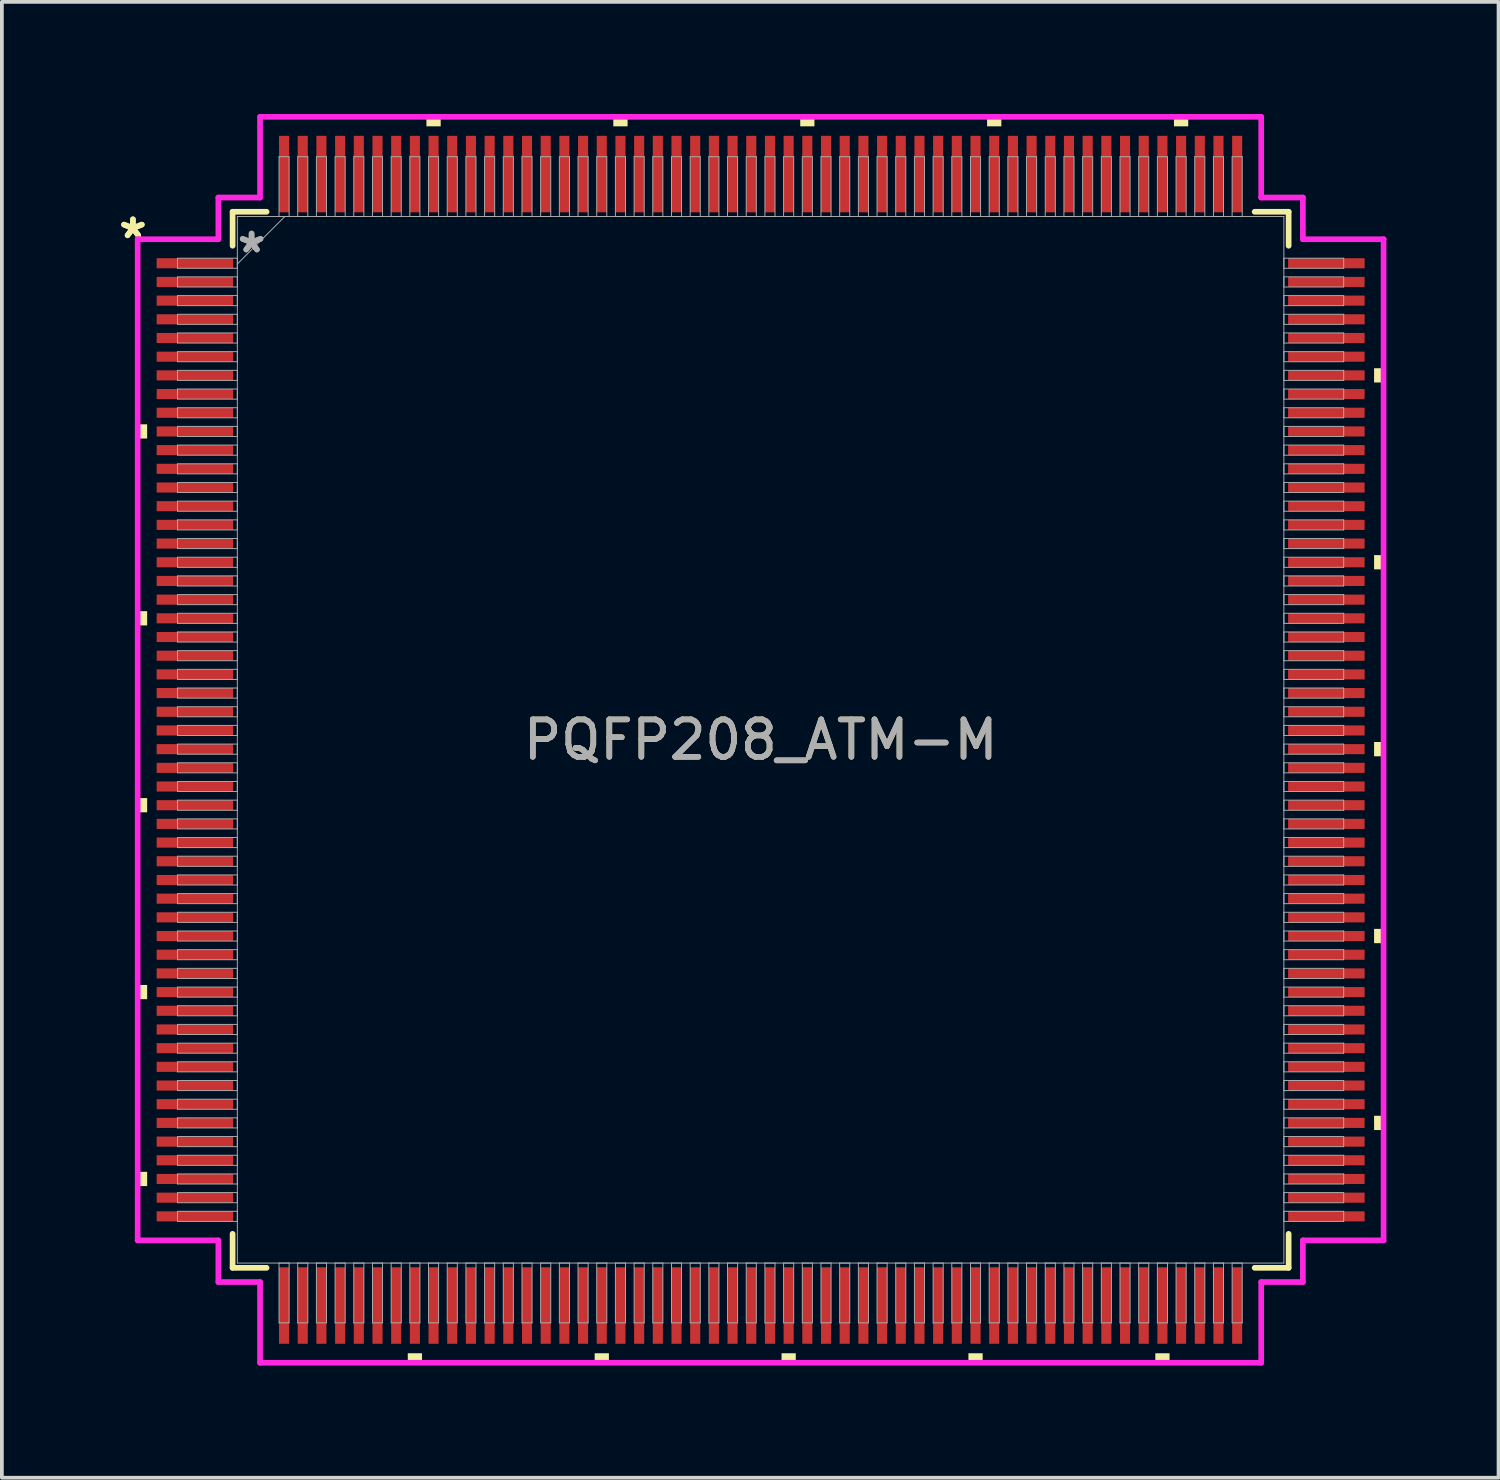
<source format=kicad_pcb>
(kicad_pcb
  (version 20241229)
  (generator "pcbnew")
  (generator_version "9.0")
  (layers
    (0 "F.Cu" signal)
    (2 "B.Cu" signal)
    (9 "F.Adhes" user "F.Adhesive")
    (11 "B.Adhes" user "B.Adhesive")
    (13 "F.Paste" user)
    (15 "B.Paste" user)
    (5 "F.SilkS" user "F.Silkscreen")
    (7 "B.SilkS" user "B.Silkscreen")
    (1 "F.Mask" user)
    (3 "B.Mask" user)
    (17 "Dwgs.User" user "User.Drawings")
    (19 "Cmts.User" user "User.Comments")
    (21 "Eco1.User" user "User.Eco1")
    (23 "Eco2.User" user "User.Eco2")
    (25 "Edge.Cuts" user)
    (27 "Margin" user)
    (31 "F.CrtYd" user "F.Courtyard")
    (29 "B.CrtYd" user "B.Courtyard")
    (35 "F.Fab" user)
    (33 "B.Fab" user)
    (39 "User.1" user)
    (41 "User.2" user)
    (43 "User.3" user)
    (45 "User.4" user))
  (footprint "PQFP208_ATM-M"
    (layer "F.Cu")
    (at 17.3 16.743)
    (property "Reference" "PQFP208_ATM-M" (at 0 0 0) (unlocked yes) (layer "F.SilkS") (effects (font (size 1 1) (thickness 0.15))))
    (attr smd)
    (fp_line (start -14.127 -14.127) (end -14.127 -13.218) (stroke (width 0.152) (type solid)) (layer "F.SilkS"))
    (fp_line (start -14.127 13.218) (end -14.127 14.127) (stroke (width 0.152) (type solid)) (layer "F.SilkS"))
    (fp_line (start -14.127 14.127) (end -13.218 14.127) (stroke (width 0.152) (type solid)) (layer "F.SilkS"))
    (fp_line (start -13.218 -14.127) (end -14.127 -14.127) (stroke (width 0.152) (type solid)) (layer "F.SilkS"))
    (fp_line (start 13.218 14.127) (end 14.127 14.127) (stroke (width 0.152) (type solid)) (layer "F.SilkS"))
    (fp_line (start 14.127 -14.127) (end 13.218 -14.127) (stroke (width 0.152) (type solid)) (layer "F.SilkS"))
    (fp_line (start 14.127 -13.218) (end 14.127 -14.127) (stroke (width 0.152) (type solid)) (layer "F.SilkS"))
    (fp_line (start 14.127 14.127) (end 14.127 13.218) (stroke (width 0.152) (type solid)) (layer "F.SilkS"))
    (fp_poly (pts (xy -16.667 -8.441) (xy -16.667 -8.06) (xy -16.413 -8.06) (xy -16.413 -8.441)) (stroke (width 0) (type solid)) (fill yes) (layer "F.SilkS"))
    (fp_poly (pts (xy -16.667 -3.441) (xy -16.667 -3.06) (xy -16.413 -3.06) (xy -16.413 -3.441)) (stroke (width 0) (type solid)) (fill yes) (layer "F.SilkS"))
    (fp_poly (pts (xy -16.667 1.559) (xy -16.667 1.94) (xy -16.413 1.94) (xy -16.413 1.559)) (stroke (width 0) (type solid)) (fill yes) (layer "F.SilkS"))
    (fp_poly (pts (xy -16.667 6.559) (xy -16.667 6.94) (xy -16.413 6.94) (xy -16.413 6.559)) (stroke (width 0) (type solid)) (fill yes) (layer "F.SilkS"))
    (fp_poly (pts (xy -16.667 11.559) (xy -16.667 11.94) (xy -16.413 11.94) (xy -16.413 11.559)) (stroke (width 0) (type solid)) (fill yes) (layer "F.SilkS"))
    (fp_poly (pts (xy -9.44 16.413) (xy -9.44 16.667) (xy -9.059 16.667) (xy -9.059 16.413)) (stroke (width 0) (type solid)) (fill yes) (layer "F.SilkS"))
    (fp_poly (pts (xy -8.941 -16.413) (xy -8.941 -16.667) (xy -8.559 -16.667) (xy -8.559 -16.413)) (stroke (width 0) (type solid)) (fill yes) (layer "F.SilkS"))
    (fp_poly (pts (xy -4.44 16.413) (xy -4.44 16.667) (xy -4.059 16.667) (xy -4.059 16.413)) (stroke (width 0) (type solid)) (fill yes) (layer "F.SilkS"))
    (fp_poly (pts (xy -3.941 -16.413) (xy -3.941 -16.667) (xy -3.559 -16.667) (xy -3.559 -16.413)) (stroke (width 0) (type solid)) (fill yes) (layer "F.SilkS"))
    (fp_poly (pts (xy 0.56 16.413) (xy 0.56 16.667) (xy 0.941 16.667) (xy 0.941 16.413)) (stroke (width 0) (type solid)) (fill yes) (layer "F.SilkS"))
    (fp_poly (pts (xy 1.06 -16.413) (xy 1.06 -16.667) (xy 1.44 -16.667) (xy 1.44 -16.413)) (stroke (width 0) (type solid)) (fill yes) (layer "F.SilkS"))
    (fp_poly (pts (xy 5.56 16.413) (xy 5.56 16.667) (xy 5.941 16.667) (xy 5.941 16.413)) (stroke (width 0) (type solid)) (fill yes) (layer "F.SilkS"))
    (fp_poly (pts (xy 6.059 -16.413) (xy 6.059 -16.667) (xy 6.441 -16.667) (xy 6.441 -16.413)) (stroke (width 0) (type solid)) (fill yes) (layer "F.SilkS"))
    (fp_poly (pts (xy 10.56 16.413) (xy 10.56 16.667) (xy 10.941 16.667) (xy 10.941 16.413)) (stroke (width 0) (type solid)) (fill yes) (layer "F.SilkS"))
    (fp_poly (pts (xy 11.059 -16.413) (xy 11.059 -16.667) (xy 11.441 -16.667) (xy 11.441 -16.413)) (stroke (width 0) (type solid)) (fill yes) (layer "F.SilkS"))
    (fp_poly (pts (xy 16.667 -9.941) (xy 16.667 -9.56) (xy 16.413 -9.56) (xy 16.413 -9.941)) (stroke (width 0) (type solid)) (fill yes) (layer "F.SilkS"))
    (fp_poly (pts (xy 16.667 -4.941) (xy 16.667 -4.56) (xy 16.413 -4.56) (xy 16.413 -4.941)) (stroke (width 0) (type solid)) (fill yes) (layer "F.SilkS"))
    (fp_poly (pts (xy 16.667 0.059) (xy 16.667 0.441) (xy 16.413 0.441) (xy 16.413 0.059)) (stroke (width 0) (type solid)) (fill yes) (layer "F.SilkS"))
    (fp_poly (pts (xy 16.667 5.059) (xy 16.667 5.441) (xy 16.413 5.441) (xy 16.413 5.059)) (stroke (width 0) (type solid)) (fill yes) (layer "F.SilkS"))
    (fp_poly (pts (xy 16.667 10.059) (xy 16.667 10.441) (xy 16.413 10.441) (xy 16.413 10.059)) (stroke (width 0) (type solid)) (fill yes) (layer "F.SilkS"))
    (fp_line (start -16.667 -13.393) (end -14.508 -13.393) (stroke (width 0.152) (type solid)) (layer "F.CrtYd"))
    (fp_line (start -16.667 13.393) (end -16.667 -13.393) (stroke (width 0.152) (type solid)) (layer "F.CrtYd"))
    (fp_line (start -14.508 -14.508) (end -13.393 -14.508) (stroke (width 0.152) (type solid)) (layer "F.CrtYd"))
    (fp_line (start -14.508 -13.393) (end -14.508 -14.508) (stroke (width 0.152) (type solid)) (layer "F.CrtYd"))
    (fp_line (start -14.508 13.393) (end -16.667 13.393) (stroke (width 0.152) (type solid)) (layer "F.CrtYd"))
    (fp_line (start -14.508 14.508) (end -14.508 13.393) (stroke (width 0.152) (type solid)) (layer "F.CrtYd"))
    (fp_line (start -14.508 14.508) (end -13.393 14.508) (stroke (width 0.152) (type solid)) (layer "F.CrtYd"))
    (fp_line (start -13.393 -16.667) (end 13.393 -16.667) (stroke (width 0.152) (type solid)) (layer "F.CrtYd"))
    (fp_line (start -13.393 -14.508) (end -13.393 -16.667) (stroke (width 0.152) (type solid)) (layer "F.CrtYd"))
    (fp_line (start -13.393 14.508) (end -13.393 16.667) (stroke (width 0.152) (type solid)) (layer "F.CrtYd"))
    (fp_line (start -13.393 16.667) (end 13.393 16.667) (stroke (width 0.152) (type solid)) (layer "F.CrtYd"))
    (fp_line (start 13.393 -16.667) (end 13.393 -14.508) (stroke (width 0.152) (type solid)) (layer "F.CrtYd"))
    (fp_line (start 13.393 -14.508) (end 14.508 -14.508) (stroke (width 0.152) (type solid)) (layer "F.CrtYd"))
    (fp_line (start 13.393 14.508) (end 14.508 14.508) (stroke (width 0.152) (type solid)) (layer "F.CrtYd"))
    (fp_line (start 13.393 16.667) (end 13.393 14.508) (stroke (width 0.152) (type solid)) (layer "F.CrtYd"))
    (fp_line (start 14.508 -13.393) (end 14.508 -14.508) (stroke (width 0.152) (type solid)) (layer "F.CrtYd"))
    (fp_line (start 14.508 13.393) (end 16.667 13.393) (stroke (width 0.152) (type solid)) (layer "F.CrtYd"))
    (fp_line (start 14.508 14.508) (end 14.508 13.393) (stroke (width 0.152) (type solid)) (layer "F.CrtYd"))
    (fp_line (start 16.667 -13.393) (end 14.508 -13.393) (stroke (width 0.152) (type solid)) (layer "F.CrtYd"))
    (fp_line (start 16.667 13.393) (end 16.667 -13.393) (stroke (width 0.152) (type solid)) (layer "F.CrtYd"))
    (fp_line (start -15.6 -12.885) (end -15.6 -12.615) (stroke (width 0.025) (type solid)) (layer "F.Fab"))
    (fp_line (start -15.6 -12.615) (end -14 -12.615) (stroke (width 0.025) (type solid)) (layer "F.Fab"))
    (fp_line (start -15.6 -12.385) (end -15.6 -12.115) (stroke (width 0.025) (type solid)) (layer "F.Fab"))
    (fp_line (start -15.6 -12.115) (end -14 -12.115) (stroke (width 0.025) (type solid)) (layer "F.Fab"))
    (fp_line (start -15.6 -11.885) (end -15.6 -11.615) (stroke (width 0.025) (type solid)) (layer "F.Fab"))
    (fp_line (start -15.6 -11.615) (end -14 -11.615) (stroke (width 0.025) (type solid)) (layer "F.Fab"))
    (fp_line (start -15.6 -11.385) (end -15.6 -11.115) (stroke (width 0.025) (type solid)) (layer "F.Fab"))
    (fp_line (start -15.6 -11.115) (end -14 -11.115) (stroke (width 0.025) (type solid)) (layer "F.Fab"))
    (fp_line (start -15.6 -10.885) (end -15.6 -10.615) (stroke (width 0.025) (type solid)) (layer "F.Fab"))
    (fp_line (start -15.6 -10.615) (end -14 -10.615) (stroke (width 0.025) (type solid)) (layer "F.Fab"))
    (fp_line (start -15.6 -10.385) (end -15.6 -10.115) (stroke (width 0.025) (type solid)) (layer "F.Fab"))
    (fp_line (start -15.6 -10.115) (end -14 -10.115) (stroke (width 0.025) (type solid)) (layer "F.Fab"))
    (fp_line (start -15.6 -9.885) (end -15.6 -9.615) (stroke (width 0.025) (type solid)) (layer "F.Fab"))
    (fp_line (start -15.6 -9.615) (end -14 -9.615) (stroke (width 0.025) (type solid)) (layer "F.Fab"))
    (fp_line (start -15.6 -9.385) (end -15.6 -9.115) (stroke (width 0.025) (type solid)) (layer "F.Fab"))
    (fp_line (start -15.6 -9.115) (end -14 -9.115) (stroke (width 0.025) (type solid)) (layer "F.Fab"))
    (fp_line (start -15.6 -8.885) (end -15.6 -8.615) (stroke (width 0.025) (type solid)) (layer "F.Fab"))
    (fp_line (start -15.6 -8.615) (end -14 -8.615) (stroke (width 0.025) (type solid)) (layer "F.Fab"))
    (fp_line (start -15.6 -8.385) (end -15.6 -8.115) (stroke (width 0.025) (type solid)) (layer "F.Fab"))
    (fp_line (start -15.6 -8.115) (end -14 -8.115) (stroke (width 0.025) (type solid)) (layer "F.Fab"))
    (fp_line (start -15.6 -7.885) (end -15.6 -7.615) (stroke (width 0.025) (type solid)) (layer "F.Fab"))
    (fp_line (start -15.6 -7.615) (end -14 -7.615) (stroke (width 0.025) (type solid)) (layer "F.Fab"))
    (fp_line (start -15.6 -7.385) (end -15.6 -7.115) (stroke (width 0.025) (type solid)) (layer "F.Fab"))
    (fp_line (start -15.6 -7.115) (end -14 -7.115) (stroke (width 0.025) (type solid)) (layer "F.Fab"))
    (fp_line (start -15.6 -6.885) (end -15.6 -6.615) (stroke (width 0.025) (type solid)) (layer "F.Fab"))
    (fp_line (start -15.6 -6.615) (end -14 -6.615) (stroke (width 0.025) (type solid)) (layer "F.Fab"))
    (fp_line (start -15.6 -6.385) (end -15.6 -6.115) (stroke (width 0.025) (type solid)) (layer "F.Fab"))
    (fp_line (start -15.6 -6.115) (end -14 -6.115) (stroke (width 0.025) (type solid)) (layer "F.Fab"))
    (fp_line (start -15.6 -5.885) (end -15.6 -5.615) (stroke (width 0.025) (type solid)) (layer "F.Fab"))
    (fp_line (start -15.6 -5.615) (end -14 -5.615) (stroke (width 0.025) (type solid)) (layer "F.Fab"))
    (fp_line (start -15.6 -5.385) (end -15.6 -5.115) (stroke (width 0.025) (type solid)) (layer "F.Fab"))
    (fp_line (start -15.6 -5.115) (end -14 -5.115) (stroke (width 0.025) (type solid)) (layer "F.Fab"))
    (fp_line (start -15.6 -4.885) (end -15.6 -4.615) (stroke (width 0.025) (type solid)) (layer "F.Fab"))
    (fp_line (start -15.6 -4.615) (end -14 -4.615) (stroke (width 0.025) (type solid)) (layer "F.Fab"))
    (fp_line (start -15.6 -4.385) (end -15.6 -4.115) (stroke (width 0.025) (type solid)) (layer "F.Fab"))
    (fp_line (start -15.6 -4.115) (end -14 -4.115) (stroke (width 0.025) (type solid)) (layer "F.Fab"))
    (fp_line (start -15.6 -3.885) (end -15.6 -3.615) (stroke (width 0.025) (type solid)) (layer "F.Fab"))
    (fp_line (start -15.6 -3.615) (end -14 -3.615) (stroke (width 0.025) (type solid)) (layer "F.Fab"))
    (fp_line (start -15.6 -3.385) (end -15.6 -3.115) (stroke (width 0.025) (type solid)) (layer "F.Fab"))
    (fp_line (start -15.6 -3.115) (end -14 -3.115) (stroke (width 0.025) (type solid)) (layer "F.Fab"))
    (fp_line (start -15.6 -2.885) (end -15.6 -2.615) (stroke (width 0.025) (type solid)) (layer "F.Fab"))
    (fp_line (start -15.6 -2.615) (end -14 -2.615) (stroke (width 0.025) (type solid)) (layer "F.Fab"))
    (fp_line (start -15.6 -2.385) (end -15.6 -2.115) (stroke (width 0.025) (type solid)) (layer "F.Fab"))
    (fp_line (start -15.6 -2.115) (end -14 -2.115) (stroke (width 0.025) (type solid)) (layer "F.Fab"))
    (fp_line (start -15.6 -1.885) (end -15.6 -1.615) (stroke (width 0.025) (type solid)) (layer "F.Fab"))
    (fp_line (start -15.6 -1.615) (end -14 -1.615) (stroke (width 0.025) (type solid)) (layer "F.Fab"))
    (fp_line (start -15.6 -1.385) (end -15.6 -1.115) (stroke (width 0.025) (type solid)) (layer "F.Fab"))
    (fp_line (start -15.6 -1.115) (end -14 -1.115) (stroke (width 0.025) (type solid)) (layer "F.Fab"))
    (fp_line (start -15.6 -0.885) (end -15.6 -0.615) (stroke (width 0.025) (type solid)) (layer "F.Fab"))
    (fp_line (start -15.6 -0.615) (end -14 -0.615) (stroke (width 0.025) (type solid)) (layer "F.Fab"))
    (fp_line (start -15.6 -0.385) (end -15.6 -0.115) (stroke (width 0.025) (type solid)) (layer "F.Fab"))
    (fp_line (start -15.6 -0.115) (end -14 -0.115) (stroke (width 0.025) (type solid)) (layer "F.Fab"))
    (fp_line (start -15.6 0.115) (end -15.6 0.385) (stroke (width 0.025) (type solid)) (layer "F.Fab"))
    (fp_line (start -15.6 0.385) (end -14 0.385) (stroke (width 0.025) (type solid)) (layer "F.Fab"))
    (fp_line (start -15.6 0.615) (end -15.6 0.885) (stroke (width 0.025) (type solid)) (layer "F.Fab"))
    (fp_line (start -15.6 0.885) (end -14 0.885) (stroke (width 0.025) (type solid)) (layer "F.Fab"))
    (fp_line (start -15.6 1.115) (end -15.6 1.385) (stroke (width 0.025) (type solid)) (layer "F.Fab"))
    (fp_line (start -15.6 1.385) (end -14 1.385) (stroke (width 0.025) (type solid)) (layer "F.Fab"))
    (fp_line (start -15.6 1.615) (end -15.6 1.885) (stroke (width 0.025) (type solid)) (layer "F.Fab"))
    (fp_line (start -15.6 1.885) (end -14 1.885) (stroke (width 0.025) (type solid)) (layer "F.Fab"))
    (fp_line (start -15.6 2.115) (end -15.6 2.385) (stroke (width 0.025) (type solid)) (layer "F.Fab"))
    (fp_line (start -15.6 2.385) (end -14 2.385) (stroke (width 0.025) (type solid)) (layer "F.Fab"))
    (fp_line (start -15.6 2.615) (end -15.6 2.885) (stroke (width 0.025) (type solid)) (layer "F.Fab"))
    (fp_line (start -15.6 2.885) (end -14 2.885) (stroke (width 0.025) (type solid)) (layer "F.Fab"))
    (fp_line (start -15.6 3.115) (end -15.6 3.385) (stroke (width 0.025) (type solid)) (layer "F.Fab"))
    (fp_line (start -15.6 3.385) (end -14 3.385) (stroke (width 0.025) (type solid)) (layer "F.Fab"))
    (fp_line (start -15.6 3.615) (end -15.6 3.885) (stroke (width 0.025) (type solid)) (layer "F.Fab"))
    (fp_line (start -15.6 3.885) (end -14 3.885) (stroke (width 0.025) (type solid)) (layer "F.Fab"))
    (fp_line (start -15.6 4.115) (end -15.6 4.385) (stroke (width 0.025) (type solid)) (layer "F.Fab"))
    (fp_line (start -15.6 4.385) (end -14 4.385) (stroke (width 0.025) (type solid)) (layer "F.Fab"))
    (fp_line (start -15.6 4.615) (end -15.6 4.885) (stroke (width 0.025) (type solid)) (layer "F.Fab"))
    (fp_line (start -15.6 4.885) (end -14 4.885) (stroke (width 0.025) (type solid)) (layer "F.Fab"))
    (fp_line (start -15.6 5.115) (end -15.6 5.385) (stroke (width 0.025) (type solid)) (layer "F.Fab"))
    (fp_line (start -15.6 5.385) (end -14 5.385) (stroke (width 0.025) (type solid)) (layer "F.Fab"))
    (fp_line (start -15.6 5.615) (end -15.6 5.885) (stroke (width 0.025) (type solid)) (layer "F.Fab"))
    (fp_line (start -15.6 5.885) (end -14 5.885) (stroke (width 0.025) (type solid)) (layer "F.Fab"))
    (fp_line (start -15.6 6.115) (end -15.6 6.385) (stroke (width 0.025) (type solid)) (layer "F.Fab"))
    (fp_line (start -15.6 6.385) (end -14 6.385) (stroke (width 0.025) (type solid)) (layer "F.Fab"))
    (fp_line (start -15.6 6.615) (end -15.6 6.885) (stroke (width 0.025) (type solid)) (layer "F.Fab"))
    (fp_line (start -15.6 6.885) (end -14 6.885) (stroke (width 0.025) (type solid)) (layer "F.Fab"))
    (fp_line (start -15.6 7.115) (end -15.6 7.385) (stroke (width 0.025) (type solid)) (layer "F.Fab"))
    (fp_line (start -15.6 7.385) (end -14 7.385) (stroke (width 0.025) (type solid)) (layer "F.Fab"))
    (fp_line (start -15.6 7.615) (end -15.6 7.885) (stroke (width 0.025) (type solid)) (layer "F.Fab"))
    (fp_line (start -15.6 7.885) (end -14 7.885) (stroke (width 0.025) (type solid)) (layer "F.Fab"))
    (fp_line (start -15.6 8.115) (end -15.6 8.385) (stroke (width 0.025) (type solid)) (layer "F.Fab"))
    (fp_line (start -15.6 8.385) (end -14 8.385) (stroke (width 0.025) (type solid)) (layer "F.Fab"))
    (fp_line (start -15.6 8.615) (end -15.6 8.885) (stroke (width 0.025) (type solid)) (layer "F.Fab"))
    (fp_line (start -15.6 8.885) (end -14 8.885) (stroke (width 0.025) (type solid)) (layer "F.Fab"))
    (fp_line (start -15.6 9.115) (end -15.6 9.385) (stroke (width 0.025) (type solid)) (layer "F.Fab"))
    (fp_line (start -15.6 9.385) (end -14 9.385) (stroke (width 0.025) (type solid)) (layer "F.Fab"))
    (fp_line (start -15.6 9.615) (end -15.6 9.885) (stroke (width 0.025) (type solid)) (layer "F.Fab"))
    (fp_line (start -15.6 9.885) (end -14 9.885) (stroke (width 0.025) (type solid)) (layer "F.Fab"))
    (fp_line (start -15.6 10.115) (end -15.6 10.385) (stroke (width 0.025) (type solid)) (layer "F.Fab"))
    (fp_line (start -15.6 10.385) (end -14 10.385) (stroke (width 0.025) (type solid)) (layer "F.Fab"))
    (fp_line (start -15.6 10.615) (end -15.6 10.885) (stroke (width 0.025) (type solid)) (layer "F.Fab"))
    (fp_line (start -15.6 10.885) (end -14 10.885) (stroke (width 0.025) (type solid)) (layer "F.Fab"))
    (fp_line (start -15.6 11.115) (end -15.6 11.385) (stroke (width 0.025) (type solid)) (layer "F.Fab"))
    (fp_line (start -15.6 11.385) (end -14 11.385) (stroke (width 0.025) (type solid)) (layer "F.Fab"))
    (fp_line (start -15.6 11.615) (end -15.6 11.885) (stroke (width 0.025) (type solid)) (layer "F.Fab"))
    (fp_line (start -15.6 11.885) (end -14 11.885) (stroke (width 0.025) (type solid)) (layer "F.Fab"))
    (fp_line (start -15.6 12.115) (end -15.6 12.385) (stroke (width 0.025) (type solid)) (layer "F.Fab"))
    (fp_line (start -15.6 12.385) (end -14 12.385) (stroke (width 0.025) (type solid)) (layer "F.Fab"))
    (fp_line (start -15.6 12.615) (end -15.6 12.885) (stroke (width 0.025) (type solid)) (layer "F.Fab"))
    (fp_line (start -15.6 12.885) (end -14 12.885) (stroke (width 0.025) (type solid)) (layer "F.Fab"))
    (fp_line (start -14 -14) (end -14 14) (stroke (width 0.025) (type solid)) (layer "F.Fab"))
    (fp_line (start -14 -12.885) (end -15.6 -12.885) (stroke (width 0.025) (type solid)) (layer "F.Fab"))
    (fp_line (start -14 -12.73) (end -12.73 -14) (stroke (width 0.025) (type solid)) (layer "F.Fab"))
    (fp_line (start -14 -12.615) (end -14 -12.885) (stroke (width 0.025) (type solid)) (layer "F.Fab"))
    (fp_line (start -14 -12.385) (end -15.6 -12.385) (stroke (width 0.025) (type solid)) (layer "F.Fab"))
    (fp_line (start -14 -12.115) (end -14 -12.385) (stroke (width 0.025) (type solid)) (layer "F.Fab"))
    (fp_line (start -14 -11.885) (end -15.6 -11.885) (stroke (width 0.025) (type solid)) (layer "F.Fab"))
    (fp_line (start -14 -11.615) (end -14 -11.885) (stroke (width 0.025) (type solid)) (layer "F.Fab"))
    (fp_line (start -14 -11.385) (end -15.6 -11.385) (stroke (width 0.025) (type solid)) (layer "F.Fab"))
    (fp_line (start -14 -11.115) (end -14 -11.385) (stroke (width 0.025) (type solid)) (layer "F.Fab"))
    (fp_line (start -14 -10.885) (end -15.6 -10.885) (stroke (width 0.025) (type solid)) (layer "F.Fab"))
    (fp_line (start -14 -10.615) (end -14 -10.885) (stroke (width 0.025) (type solid)) (layer "F.Fab"))
    (fp_line (start -14 -10.385) (end -15.6 -10.385) (stroke (width 0.025) (type solid)) (layer "F.Fab"))
    (fp_line (start -14 -10.115) (end -14 -10.385) (stroke (width 0.025) (type solid)) (layer "F.Fab"))
    (fp_line (start -14 -9.885) (end -15.6 -9.885) (stroke (width 0.025) (type solid)) (layer "F.Fab"))
    (fp_line (start -14 -9.615) (end -14 -9.885) (stroke (width 0.025) (type solid)) (layer "F.Fab"))
    (fp_line (start -14 -9.385) (end -15.6 -9.385) (stroke (width 0.025) (type solid)) (layer "F.Fab"))
    (fp_line (start -14 -9.115) (end -14 -9.385) (stroke (width 0.025) (type solid)) (layer "F.Fab"))
    (fp_line (start -14 -8.885) (end -15.6 -8.885) (stroke (width 0.025) (type solid)) (layer "F.Fab"))
    (fp_line (start -14 -8.615) (end -14 -8.885) (stroke (width 0.025) (type solid)) (layer "F.Fab"))
    (fp_line (start -14 -8.385) (end -15.6 -8.385) (stroke (width 0.025) (type solid)) (layer "F.Fab"))
    (fp_line (start -14 -8.115) (end -14 -8.385) (stroke (width 0.025) (type solid)) (layer "F.Fab"))
    (fp_line (start -14 -7.885) (end -15.6 -7.885) (stroke (width 0.025) (type solid)) (layer "F.Fab"))
    (fp_line (start -14 -7.615) (end -14 -7.885) (stroke (width 0.025) (type solid)) (layer "F.Fab"))
    (fp_line (start -14 -7.385) (end -15.6 -7.385) (stroke (width 0.025) (type solid)) (layer "F.Fab"))
    (fp_line (start -14 -7.115) (end -14 -7.385) (stroke (width 0.025) (type solid)) (layer "F.Fab"))
    (fp_line (start -14 -6.885) (end -15.6 -6.885) (stroke (width 0.025) (type solid)) (layer "F.Fab"))
    (fp_line (start -14 -6.615) (end -14 -6.885) (stroke (width 0.025) (type solid)) (layer "F.Fab"))
    (fp_line (start -14 -6.385) (end -15.6 -6.385) (stroke (width 0.025) (type solid)) (layer "F.Fab"))
    (fp_line (start -14 -6.115) (end -14 -6.385) (stroke (width 0.025) (type solid)) (layer "F.Fab"))
    (fp_line (start -14 -5.885) (end -15.6 -5.885) (stroke (width 0.025) (type solid)) (layer "F.Fab"))
    (fp_line (start -14 -5.615) (end -14 -5.885) (stroke (width 0.025) (type solid)) (layer "F.Fab"))
    (fp_line (start -14 -5.385) (end -15.6 -5.385) (stroke (width 0.025) (type solid)) (layer "F.Fab"))
    (fp_line (start -14 -5.115) (end -14 -5.385) (stroke (width 0.025) (type solid)) (layer "F.Fab"))
    (fp_line (start -14 -4.885) (end -15.6 -4.885) (stroke (width 0.025) (type solid)) (layer "F.Fab"))
    (fp_line (start -14 -4.615) (end -14 -4.885) (stroke (width 0.025) (type solid)) (layer "F.Fab"))
    (fp_line (start -14 -4.385) (end -15.6 -4.385) (stroke (width 0.025) (type solid)) (layer "F.Fab"))
    (fp_line (start -14 -4.115) (end -14 -4.385) (stroke (width 0.025) (type solid)) (layer "F.Fab"))
    (fp_line (start -14 -3.885) (end -15.6 -3.885) (stroke (width 0.025) (type solid)) (layer "F.Fab"))
    (fp_line (start -14 -3.615) (end -14 -3.885) (stroke (width 0.025) (type solid)) (layer "F.Fab"))
    (fp_line (start -14 -3.385) (end -15.6 -3.385) (stroke (width 0.025) (type solid)) (layer "F.Fab"))
    (fp_line (start -14 -3.115) (end -14 -3.385) (stroke (width 0.025) (type solid)) (layer "F.Fab"))
    (fp_line (start -14 -2.885) (end -15.6 -2.885) (stroke (width 0.025) (type solid)) (layer "F.Fab"))
    (fp_line (start -14 -2.615) (end -14 -2.885) (stroke (width 0.025) (type solid)) (layer "F.Fab"))
    (fp_line (start -14 -2.385) (end -15.6 -2.385) (stroke (width 0.025) (type solid)) (layer "F.Fab"))
    (fp_line (start -14 -2.115) (end -14 -2.385) (stroke (width 0.025) (type solid)) (layer "F.Fab"))
    (fp_line (start -14 -1.885) (end -15.6 -1.885) (stroke (width 0.025) (type solid)) (layer "F.Fab"))
    (fp_line (start -14 -1.615) (end -14 -1.885) (stroke (width 0.025) (type solid)) (layer "F.Fab"))
    (fp_line (start -14 -1.385) (end -15.6 -1.385) (stroke (width 0.025) (type solid)) (layer "F.Fab"))
    (fp_line (start -14 -1.115) (end -14 -1.385) (stroke (width 0.025) (type solid)) (layer "F.Fab"))
    (fp_line (start -14 -0.885) (end -15.6 -0.885) (stroke (width 0.025) (type solid)) (layer "F.Fab"))
    (fp_line (start -14 -0.615) (end -14 -0.885) (stroke (width 0.025) (type solid)) (layer "F.Fab"))
    (fp_line (start -14 -0.385) (end -15.6 -0.385) (stroke (width 0.025) (type solid)) (layer "F.Fab"))
    (fp_line (start -14 -0.115) (end -14 -0.385) (stroke (width 0.025) (type solid)) (layer "F.Fab"))
    (fp_line (start -14 0.115) (end -15.6 0.115) (stroke (width 0.025) (type solid)) (layer "F.Fab"))
    (fp_line (start -14 0.385) (end -14 0.115) (stroke (width 0.025) (type solid)) (layer "F.Fab"))
    (fp_line (start -14 0.615) (end -15.6 0.615) (stroke (width 0.025) (type solid)) (layer "F.Fab"))
    (fp_line (start -14 0.885) (end -14 0.615) (stroke (width 0.025) (type solid)) (layer "F.Fab"))
    (fp_line (start -14 1.115) (end -15.6 1.115) (stroke (width 0.025) (type solid)) (layer "F.Fab"))
    (fp_line (start -14 1.385) (end -14 1.115) (stroke (width 0.025) (type solid)) (layer "F.Fab"))
    (fp_line (start -14 1.615) (end -15.6 1.615) (stroke (width 0.025) (type solid)) (layer "F.Fab"))
    (fp_line (start -14 1.885) (end -14 1.615) (stroke (width 0.025) (type solid)) (layer "F.Fab"))
    (fp_line (start -14 2.115) (end -15.6 2.115) (stroke (width 0.025) (type solid)) (layer "F.Fab"))
    (fp_line (start -14 2.385) (end -14 2.115) (stroke (width 0.025) (type solid)) (layer "F.Fab"))
    (fp_line (start -14 2.615) (end -15.6 2.615) (stroke (width 0.025) (type solid)) (layer "F.Fab"))
    (fp_line (start -14 2.885) (end -14 2.615) (stroke (width 0.025) (type solid)) (layer "F.Fab"))
    (fp_line (start -14 3.115) (end -15.6 3.115) (stroke (width 0.025) (type solid)) (layer "F.Fab"))
    (fp_line (start -14 3.385) (end -14 3.115) (stroke (width 0.025) (type solid)) (layer "F.Fab"))
    (fp_line (start -14 3.615) (end -15.6 3.615) (stroke (width 0.025) (type solid)) (layer "F.Fab"))
    (fp_line (start -14 3.885) (end -14 3.615) (stroke (width 0.025) (type solid)) (layer "F.Fab"))
    (fp_line (start -14 4.115) (end -15.6 4.115) (stroke (width 0.025) (type solid)) (layer "F.Fab"))
    (fp_line (start -14 4.385) (end -14 4.115) (stroke (width 0.025) (type solid)) (layer "F.Fab"))
    (fp_line (start -14 4.615) (end -15.6 4.615) (stroke (width 0.025) (type solid)) (layer "F.Fab"))
    (fp_line (start -14 4.885) (end -14 4.615) (stroke (width 0.025) (type solid)) (layer "F.Fab"))
    (fp_line (start -14 5.115) (end -15.6 5.115) (stroke (width 0.025) (type solid)) (layer "F.Fab"))
    (fp_line (start -14 5.385) (end -14 5.115) (stroke (width 0.025) (type solid)) (layer "F.Fab"))
    (fp_line (start -14 5.615) (end -15.6 5.615) (stroke (width 0.025) (type solid)) (layer "F.Fab"))
    (fp_line (start -14 5.885) (end -14 5.615) (stroke (width 0.025) (type solid)) (layer "F.Fab"))
    (fp_line (start -14 6.115) (end -15.6 6.115) (stroke (width 0.025) (type solid)) (layer "F.Fab"))
    (fp_line (start -14 6.385) (end -14 6.115) (stroke (width 0.025) (type solid)) (layer "F.Fab"))
    (fp_line (start -14 6.615) (end -15.6 6.615) (stroke (width 0.025) (type solid)) (layer "F.Fab"))
    (fp_line (start -14 6.885) (end -14 6.615) (stroke (width 0.025) (type solid)) (layer "F.Fab"))
    (fp_line (start -14 7.115) (end -15.6 7.115) (stroke (width 0.025) (type solid)) (layer "F.Fab"))
    (fp_line (start -14 7.385) (end -14 7.115) (stroke (width 0.025) (type solid)) (layer "F.Fab"))
    (fp_line (start -14 7.615) (end -15.6 7.615) (stroke (width 0.025) (type solid)) (layer "F.Fab"))
    (fp_line (start -14 7.885) (end -14 7.615) (stroke (width 0.025) (type solid)) (layer "F.Fab"))
    (fp_line (start -14 8.115) (end -15.6 8.115) (stroke (width 0.025) (type solid)) (layer "F.Fab"))
    (fp_line (start -14 8.385) (end -14 8.115) (stroke (width 0.025) (type solid)) (layer "F.Fab"))
    (fp_line (start -14 8.615) (end -15.6 8.615) (stroke (width 0.025) (type solid)) (layer "F.Fab"))
    (fp_line (start -14 8.885) (end -14 8.615) (stroke (width 0.025) (type solid)) (layer "F.Fab"))
    (fp_line (start -14 9.115) (end -15.6 9.115) (stroke (width 0.025) (type solid)) (layer "F.Fab"))
    (fp_line (start -14 9.385) (end -14 9.115) (stroke (width 0.025) (type solid)) (layer "F.Fab"))
    (fp_line (start -14 9.615) (end -15.6 9.615) (stroke (width 0.025) (type solid)) (layer "F.Fab"))
    (fp_line (start -14 9.885) (end -14 9.615) (stroke (width 0.025) (type solid)) (layer "F.Fab"))
    (fp_line (start -14 10.115) (end -15.6 10.115) (stroke (width 0.025) (type solid)) (layer "F.Fab"))
    (fp_line (start -14 10.385) (end -14 10.115) (stroke (width 0.025) (type solid)) (layer "F.Fab"))
    (fp_line (start -14 10.615) (end -15.6 10.615) (stroke (width 0.025) (type solid)) (layer "F.Fab"))
    (fp_line (start -14 10.885) (end -14 10.615) (stroke (width 0.025) (type solid)) (layer "F.Fab"))
    (fp_line (start -14 11.115) (end -15.6 11.115) (stroke (width 0.025) (type solid)) (layer "F.Fab"))
    (fp_line (start -14 11.385) (end -14 11.115) (stroke (width 0.025) (type solid)) (layer "F.Fab"))
    (fp_line (start -14 11.615) (end -15.6 11.615) (stroke (width 0.025) (type solid)) (layer "F.Fab"))
    (fp_line (start -14 11.885) (end -14 11.615) (stroke (width 0.025) (type solid)) (layer "F.Fab"))
    (fp_line (start -14 12.115) (end -15.6 12.115) (stroke (width 0.025) (type solid)) (layer "F.Fab"))
    (fp_line (start -14 12.385) (end -14 12.115) (stroke (width 0.025) (type solid)) (layer "F.Fab"))
    (fp_line (start -14 12.615) (end -15.6 12.615) (stroke (width 0.025) (type solid)) (layer "F.Fab"))
    (fp_line (start -14 12.885) (end -14 12.615) (stroke (width 0.025) (type solid)) (layer "F.Fab"))
    (fp_line (start -14 14) (end 14 14) (stroke (width 0.025) (type solid)) (layer "F.Fab"))
    (fp_line (start -12.885 -15.6) (end -12.885 -14) (stroke (width 0.025) (type solid)) (layer "F.Fab"))
    (fp_line (start -12.885 -14) (end -12.615 -14) (stroke (width 0.025) (type solid)) (layer "F.Fab"))
    (fp_line (start -12.885 14) (end -12.885 15.6) (stroke (width 0.025) (type solid)) (layer "F.Fab"))
    (fp_line (start -12.885 15.6) (end -12.615 15.6) (stroke (width 0.025) (type solid)) (layer "F.Fab"))
    (fp_line (start -12.615 -15.6) (end -12.885 -15.6) (stroke (width 0.025) (type solid)) (layer "F.Fab"))
    (fp_line (start -12.615 -14) (end -12.615 -15.6) (stroke (width 0.025) (type solid)) (layer "F.Fab"))
    (fp_line (start -12.615 14) (end -12.885 14) (stroke (width 0.025) (type solid)) (layer "F.Fab"))
    (fp_line (start -12.615 15.6) (end -12.615 14) (stroke (width 0.025) (type solid)) (layer "F.Fab"))
    (fp_line (start -12.385 -15.6) (end -12.385 -14) (stroke (width 0.025) (type solid)) (layer "F.Fab"))
    (fp_line (start -12.385 -14) (end -12.115 -14) (stroke (width 0.025) (type solid)) (layer "F.Fab"))
    (fp_line (start -12.385 14) (end -12.385 15.6) (stroke (width 0.025) (type solid)) (layer "F.Fab"))
    (fp_line (start -12.385 15.6) (end -12.115 15.6) (stroke (width 0.025) (type solid)) (layer "F.Fab"))
    (fp_line (start -12.115 -15.6) (end -12.385 -15.6) (stroke (width 0.025) (type solid)) (layer "F.Fab"))
    (fp_line (start -12.115 -14) (end -12.115 -15.6) (stroke (width 0.025) (type solid)) (layer "F.Fab"))
    (fp_line (start -12.115 14) (end -12.385 14) (stroke (width 0.025) (type solid)) (layer "F.Fab"))
    (fp_line (start -12.115 15.6) (end -12.115 14) (stroke (width 0.025) (type solid)) (layer "F.Fab"))
    (fp_line (start -11.885 -15.6) (end -11.885 -14) (stroke (width 0.025) (type solid)) (layer "F.Fab"))
    (fp_line (start -11.885 -14) (end -11.615 -14) (stroke (width 0.025) (type solid)) (layer "F.Fab"))
    (fp_line (start -11.885 14) (end -11.885 15.6) (stroke (width 0.025) (type solid)) (layer "F.Fab"))
    (fp_line (start -11.885 15.6) (end -11.615 15.6) (stroke (width 0.025) (type solid)) (layer "F.Fab"))
    (fp_line (start -11.615 -15.6) (end -11.885 -15.6) (stroke (width 0.025) (type solid)) (layer "F.Fab"))
    (fp_line (start -11.615 -14) (end -11.615 -15.6) (stroke (width 0.025) (type solid)) (layer "F.Fab"))
    (fp_line (start -11.615 14) (end -11.885 14) (stroke (width 0.025) (type solid)) (layer "F.Fab"))
    (fp_line (start -11.615 15.6) (end -11.615 14) (stroke (width 0.025) (type solid)) (layer "F.Fab"))
    (fp_line (start -11.385 -15.6) (end -11.385 -14) (stroke (width 0.025) (type solid)) (layer "F.Fab"))
    (fp_line (start -11.385 -14) (end -11.115 -14) (stroke (width 0.025) (type solid)) (layer "F.Fab"))
    (fp_line (start -11.385 14) (end -11.385 15.6) (stroke (width 0.025) (type solid)) (layer "F.Fab"))
    (fp_line (start -11.385 15.6) (end -11.115 15.6) (stroke (width 0.025) (type solid)) (layer "F.Fab"))
    (fp_line (start -11.115 -15.6) (end -11.385 -15.6) (stroke (width 0.025) (type solid)) (layer "F.Fab"))
    (fp_line (start -11.115 -14) (end -11.115 -15.6) (stroke (width 0.025) (type solid)) (layer "F.Fab"))
    (fp_line (start -11.115 14) (end -11.385 14) (stroke (width 0.025) (type solid)) (layer "F.Fab"))
    (fp_line (start -11.115 15.6) (end -11.115 14) (stroke (width 0.025) (type solid)) (layer "F.Fab"))
    (fp_line (start -10.885 -15.6) (end -10.885 -14) (stroke (width 0.025) (type solid)) (layer "F.Fab"))
    (fp_line (start -10.885 -14) (end -10.615 -14) (stroke (width 0.025) (type solid)) (layer "F.Fab"))
    (fp_line (start -10.885 14) (end -10.885 15.6) (stroke (width 0.025) (type solid)) (layer "F.Fab"))
    (fp_line (start -10.885 15.6) (end -10.615 15.6) (stroke (width 0.025) (type solid)) (layer "F.Fab"))
    (fp_line (start -10.615 -15.6) (end -10.885 -15.6) (stroke (width 0.025) (type solid)) (layer "F.Fab"))
    (fp_line (start -10.615 -14) (end -10.615 -15.6) (stroke (width 0.025) (type solid)) (layer "F.Fab"))
    (fp_line (start -10.615 14) (end -10.885 14) (stroke (width 0.025) (type solid)) (layer "F.Fab"))
    (fp_line (start -10.615 15.6) (end -10.615 14) (stroke (width 0.025) (type solid)) (layer "F.Fab"))
    (fp_line (start -10.385 -15.6) (end -10.385 -14) (stroke (width 0.025) (type solid)) (layer "F.Fab"))
    (fp_line (start -10.385 -14) (end -10.115 -14) (stroke (width 0.025) (type solid)) (layer "F.Fab"))
    (fp_line (start -10.385 14) (end -10.385 15.6) (stroke (width 0.025) (type solid)) (layer "F.Fab"))
    (fp_line (start -10.385 15.6) (end -10.115 15.6) (stroke (width 0.025) (type solid)) (layer "F.Fab"))
    (fp_line (start -10.115 -15.6) (end -10.385 -15.6) (stroke (width 0.025) (type solid)) (layer "F.Fab"))
    (fp_line (start -10.115 -14) (end -10.115 -15.6) (stroke (width 0.025) (type solid)) (layer "F.Fab"))
    (fp_line (start -10.115 14) (end -10.385 14) (stroke (width 0.025) (type solid)) (layer "F.Fab"))
    (fp_line (start -10.115 15.6) (end -10.115 14) (stroke (width 0.025) (type solid)) (layer "F.Fab"))
    (fp_line (start -9.885 -15.6) (end -9.885 -14) (stroke (width 0.025) (type solid)) (layer "F.Fab"))
    (fp_line (start -9.885 -14) (end -9.615 -14) (stroke (width 0.025) (type solid)) (layer "F.Fab"))
    (fp_line (start -9.885 14) (end -9.885 15.6) (stroke (width 0.025) (type solid)) (layer "F.Fab"))
    (fp_line (start -9.885 15.6) (end -9.615 15.6) (stroke (width 0.025) (type solid)) (layer "F.Fab"))
    (fp_line (start -9.615 -15.6) (end -9.885 -15.6) (stroke (width 0.025) (type solid)) (layer "F.Fab"))
    (fp_line (start -9.615 -14) (end -9.615 -15.6) (stroke (width 0.025) (type solid)) (layer "F.Fab"))
    (fp_line (start -9.615 14) (end -9.885 14) (stroke (width 0.025) (type solid)) (layer "F.Fab"))
    (fp_line (start -9.615 15.6) (end -9.615 14) (stroke (width 0.025) (type solid)) (layer "F.Fab"))
    (fp_line (start -9.385 -15.6) (end -9.385 -14) (stroke (width 0.025) (type solid)) (layer "F.Fab"))
    (fp_line (start -9.385 -14) (end -9.115 -14) (stroke (width 0.025) (type solid)) (layer "F.Fab"))
    (fp_line (start -9.385 14) (end -9.385 15.6) (stroke (width 0.025) (type solid)) (layer "F.Fab"))
    (fp_line (start -9.385 15.6) (end -9.115 15.6) (stroke (width 0.025) (type solid)) (layer "F.Fab"))
    (fp_line (start -9.115 -15.6) (end -9.385 -15.6) (stroke (width 0.025) (type solid)) (layer "F.Fab"))
    (fp_line (start -9.115 -14) (end -9.115 -15.6) (stroke (width 0.025) (type solid)) (layer "F.Fab"))
    (fp_line (start -9.115 14) (end -9.385 14) (stroke (width 0.025) (type solid)) (layer "F.Fab"))
    (fp_line (start -9.115 15.6) (end -9.115 14) (stroke (width 0.025) (type solid)) (layer "F.Fab"))
    (fp_line (start -8.885 -15.6) (end -8.885 -14) (stroke (width 0.025) (type solid)) (layer "F.Fab"))
    (fp_line (start -8.885 -14) (end -8.615 -14) (stroke (width 0.025) (type solid)) (layer "F.Fab"))
    (fp_line (start -8.885 14) (end -8.885 15.6) (stroke (width 0.025) (type solid)) (layer "F.Fab"))
    (fp_line (start -8.885 15.6) (end -8.615 15.6) (stroke (width 0.025) (type solid)) (layer "F.Fab"))
    (fp_line (start -8.615 -15.6) (end -8.885 -15.6) (stroke (width 0.025) (type solid)) (layer "F.Fab"))
    (fp_line (start -8.615 -14) (end -8.615 -15.6) (stroke (width 0.025) (type solid)) (layer "F.Fab"))
    (fp_line (start -8.615 14) (end -8.885 14) (stroke (width 0.025) (type solid)) (layer "F.Fab"))
    (fp_line (start -8.615 15.6) (end -8.615 14) (stroke (width 0.025) (type solid)) (layer "F.Fab"))
    (fp_line (start -8.385 -15.6) (end -8.385 -14) (stroke (width 0.025) (type solid)) (layer "F.Fab"))
    (fp_line (start -8.385 -14) (end -8.115 -14) (stroke (width 0.025) (type solid)) (layer "F.Fab"))
    (fp_line (start -8.385 14) (end -8.385 15.6) (stroke (width 0.025) (type solid)) (layer "F.Fab"))
    (fp_line (start -8.385 15.6) (end -8.115 15.6) (stroke (width 0.025) (type solid)) (layer "F.Fab"))
    (fp_line (start -8.115 -15.6) (end -8.385 -15.6) (stroke (width 0.025) (type solid)) (layer "F.Fab"))
    (fp_line (start -8.115 -14) (end -8.115 -15.6) (stroke (width 0.025) (type solid)) (layer "F.Fab"))
    (fp_line (start -8.115 14) (end -8.385 14) (stroke (width 0.025) (type solid)) (layer "F.Fab"))
    (fp_line (start -8.115 15.6) (end -8.115 14) (stroke (width 0.025) (type solid)) (layer "F.Fab"))
    (fp_line (start -7.885 -15.6) (end -7.885 -14) (stroke (width 0.025) (type solid)) (layer "F.Fab"))
    (fp_line (start -7.885 -14) (end -7.615 -14) (stroke (width 0.025) (type solid)) (layer "F.Fab"))
    (fp_line (start -7.885 14) (end -7.885 15.6) (stroke (width 0.025) (type solid)) (layer "F.Fab"))
    (fp_line (start -7.885 15.6) (end -7.615 15.6) (stroke (width 0.025) (type solid)) (layer "F.Fab"))
    (fp_line (start -7.615 -15.6) (end -7.885 -15.6) (stroke (width 0.025) (type solid)) (layer "F.Fab"))
    (fp_line (start -7.615 -14) (end -7.615 -15.6) (stroke (width 0.025) (type solid)) (layer "F.Fab"))
    (fp_line (start -7.615 14) (end -7.885 14) (stroke (width 0.025) (type solid)) (layer "F.Fab"))
    (fp_line (start -7.615 15.6) (end -7.615 14) (stroke (width 0.025) (type solid)) (layer "F.Fab"))
    (fp_line (start -7.385 -15.6) (end -7.385 -14) (stroke (width 0.025) (type solid)) (layer "F.Fab"))
    (fp_line (start -7.385 -14) (end -7.115 -14) (stroke (width 0.025) (type solid)) (layer "F.Fab"))
    (fp_line (start -7.385 14) (end -7.385 15.6) (stroke (width 0.025) (type solid)) (layer "F.Fab"))
    (fp_line (start -7.385 15.6) (end -7.115 15.6) (stroke (width 0.025) (type solid)) (layer "F.Fab"))
    (fp_line (start -7.115 -15.6) (end -7.385 -15.6) (stroke (width 0.025) (type solid)) (layer "F.Fab"))
    (fp_line (start -7.115 -14) (end -7.115 -15.6) (stroke (width 0.025) (type solid)) (layer "F.Fab"))
    (fp_line (start -7.115 14) (end -7.385 14) (stroke (width 0.025) (type solid)) (layer "F.Fab"))
    (fp_line (start -7.115 15.6) (end -7.115 14) (stroke (width 0.025) (type solid)) (layer "F.Fab"))
    (fp_line (start -6.885 -15.6) (end -6.885 -14) (stroke (width 0.025) (type solid)) (layer "F.Fab"))
    (fp_line (start -6.885 -14) (end -6.615 -14) (stroke (width 0.025) (type solid)) (layer "F.Fab"))
    (fp_line (start -6.885 14) (end -6.885 15.6) (stroke (width 0.025) (type solid)) (layer "F.Fab"))
    (fp_line (start -6.885 15.6) (end -6.615 15.6) (stroke (width 0.025) (type solid)) (layer "F.Fab"))
    (fp_line (start -6.615 -15.6) (end -6.885 -15.6) (stroke (width 0.025) (type solid)) (layer "F.Fab"))
    (fp_line (start -6.615 -14) (end -6.615 -15.6) (stroke (width 0.025) (type solid)) (layer "F.Fab"))
    (fp_line (start -6.615 14) (end -6.885 14) (stroke (width 0.025) (type solid)) (layer "F.Fab"))
    (fp_line (start -6.615 15.6) (end -6.615 14) (stroke (width 0.025) (type solid)) (layer "F.Fab"))
    (fp_line (start -6.385 -15.6) (end -6.385 -14) (stroke (width 0.025) (type solid)) (layer "F.Fab"))
    (fp_line (start -6.385 -14) (end -6.115 -14) (stroke (width 0.025) (type solid)) (layer "F.Fab"))
    (fp_line (start -6.385 14) (end -6.385 15.6) (stroke (width 0.025) (type solid)) (layer "F.Fab"))
    (fp_line (start -6.385 15.6) (end -6.115 15.6) (stroke (width 0.025) (type solid)) (layer "F.Fab"))
    (fp_line (start -6.115 -15.6) (end -6.385 -15.6) (stroke (width 0.025) (type solid)) (layer "F.Fab"))
    (fp_line (start -6.115 -14) (end -6.115 -15.6) (stroke (width 0.025) (type solid)) (layer "F.Fab"))
    (fp_line (start -6.115 14) (end -6.385 14) (stroke (width 0.025) (type solid)) (layer "F.Fab"))
    (fp_line (start -6.115 15.6) (end -6.115 14) (stroke (width 0.025) (type solid)) (layer "F.Fab"))
    (fp_line (start -5.885 -15.6) (end -5.885 -14) (stroke (width 0.025) (type solid)) (layer "F.Fab"))
    (fp_line (start -5.885 -14) (end -5.615 -14) (stroke (width 0.025) (type solid)) (layer "F.Fab"))
    (fp_line (start -5.885 14) (end -5.885 15.6) (stroke (width 0.025) (type solid)) (layer "F.Fab"))
    (fp_line (start -5.885 15.6) (end -5.615 15.6) (stroke (width 0.025) (type solid)) (layer "F.Fab"))
    (fp_line (start -5.615 -15.6) (end -5.885 -15.6) (stroke (width 0.025) (type solid)) (layer "F.Fab"))
    (fp_line (start -5.615 -14) (end -5.615 -15.6) (stroke (width 0.025) (type solid)) (layer "F.Fab"))
    (fp_line (start -5.615 14) (end -5.885 14) (stroke (width 0.025) (type solid)) (layer "F.Fab"))
    (fp_line (start -5.615 15.6) (end -5.615 14) (stroke (width 0.025) (type solid)) (layer "F.Fab"))
    (fp_line (start -5.385 -15.6) (end -5.385 -14) (stroke (width 0.025) (type solid)) (layer "F.Fab"))
    (fp_line (start -5.385 -14) (end -5.115 -14) (stroke (width 0.025) (type solid)) (layer "F.Fab"))
    (fp_line (start -5.385 14) (end -5.385 15.6) (stroke (width 0.025) (type solid)) (layer "F.Fab"))
    (fp_line (start -5.385 15.6) (end -5.115 15.6) (stroke (width 0.025) (type solid)) (layer "F.Fab"))
    (fp_line (start -5.115 -15.6) (end -5.385 -15.6) (stroke (width 0.025) (type solid)) (layer "F.Fab"))
    (fp_line (start -5.115 -14) (end -5.115 -15.6) (stroke (width 0.025) (type solid)) (layer "F.Fab"))
    (fp_line (start -5.115 14) (end -5.385 14) (stroke (width 0.025) (type solid)) (layer "F.Fab"))
    (fp_line (start -5.115 15.6) (end -5.115 14) (stroke (width 0.025) (type solid)) (layer "F.Fab"))
    (fp_line (start -4.885 -15.6) (end -4.885 -14) (stroke (width 0.025) (type solid)) (layer "F.Fab"))
    (fp_line (start -4.885 -14) (end -4.615 -14) (stroke (width 0.025) (type solid)) (layer "F.Fab"))
    (fp_line (start -4.885 14) (end -4.885 15.6) (stroke (width 0.025) (type solid)) (layer "F.Fab"))
    (fp_line (start -4.885 15.6) (end -4.615 15.6) (stroke (width 0.025) (type solid)) (layer "F.Fab"))
    (fp_line (start -4.615 -15.6) (end -4.885 -15.6) (stroke (width 0.025) (type solid)) (layer "F.Fab"))
    (fp_line (start -4.615 -14) (end -4.615 -15.6) (stroke (width 0.025) (type solid)) (layer "F.Fab"))
    (fp_line (start -4.615 14) (end -4.885 14) (stroke (width 0.025) (type solid)) (layer "F.Fab"))
    (fp_line (start -4.615 15.6) (end -4.615 14) (stroke (width 0.025) (type solid)) (layer "F.Fab"))
    (fp_line (start -4.385 -15.6) (end -4.385 -14) (stroke (width 0.025) (type solid)) (layer "F.Fab"))
    (fp_line (start -4.385 -14) (end -4.115 -14) (stroke (width 0.025) (type solid)) (layer "F.Fab"))
    (fp_line (start -4.385 14) (end -4.385 15.6) (stroke (width 0.025) (type solid)) (layer "F.Fab"))
    (fp_line (start -4.385 15.6) (end -4.115 15.6) (stroke (width 0.025) (type solid)) (layer "F.Fab"))
    (fp_line (start -4.115 -15.6) (end -4.385 -15.6) (stroke (width 0.025) (type solid)) (layer "F.Fab"))
    (fp_line (start -4.115 -14) (end -4.115 -15.6) (stroke (width 0.025) (type solid)) (layer "F.Fab"))
    (fp_line (start -4.115 14) (end -4.385 14) (stroke (width 0.025) (type solid)) (layer "F.Fab"))
    (fp_line (start -4.115 15.6) (end -4.115 14) (stroke (width 0.025) (type solid)) (layer "F.Fab"))
    (fp_line (start -3.885 -15.6) (end -3.885 -14) (stroke (width 0.025) (type solid)) (layer "F.Fab"))
    (fp_line (start -3.885 -14) (end -3.615 -14) (stroke (width 0.025) (type solid)) (layer "F.Fab"))
    (fp_line (start -3.885 14) (end -3.885 15.6) (stroke (width 0.025) (type solid)) (layer "F.Fab"))
    (fp_line (start -3.885 15.6) (end -3.615 15.6) (stroke (width 0.025) (type solid)) (layer "F.Fab"))
    (fp_line (start -3.615 -15.6) (end -3.885 -15.6) (stroke (width 0.025) (type solid)) (layer "F.Fab"))
    (fp_line (start -3.615 -14) (end -3.615 -15.6) (stroke (width 0.025) (type solid)) (layer "F.Fab"))
    (fp_line (start -3.615 14) (end -3.885 14) (stroke (width 0.025) (type solid)) (layer "F.Fab"))
    (fp_line (start -3.615 15.6) (end -3.615 14) (stroke (width 0.025) (type solid)) (layer "F.Fab"))
    (fp_line (start -3.385 -15.6) (end -3.385 -14) (stroke (width 0.025) (type solid)) (layer "F.Fab"))
    (fp_line (start -3.385 -14) (end -3.115 -14) (stroke (width 0.025) (type solid)) (layer "F.Fab"))
    (fp_line (start -3.385 14) (end -3.385 15.6) (stroke (width 0.025) (type solid)) (layer "F.Fab"))
    (fp_line (start -3.385 15.6) (end -3.115 15.6) (stroke (width 0.025) (type solid)) (layer "F.Fab"))
    (fp_line (start -3.115 -15.6) (end -3.385 -15.6) (stroke (width 0.025) (type solid)) (layer "F.Fab"))
    (fp_line (start -3.115 -14) (end -3.115 -15.6) (stroke (width 0.025) (type solid)) (layer "F.Fab"))
    (fp_line (start -3.115 14) (end -3.385 14) (stroke (width 0.025) (type solid)) (layer "F.Fab"))
    (fp_line (start -3.115 15.6) (end -3.115 14) (stroke (width 0.025) (type solid)) (layer "F.Fab"))
    (fp_line (start -2.885 -15.6) (end -2.885 -14) (stroke (width 0.025) (type solid)) (layer "F.Fab"))
    (fp_line (start -2.885 -14) (end -2.615 -14) (stroke (width 0.025) (type solid)) (layer "F.Fab"))
    (fp_line (start -2.885 14) (end -2.885 15.6) (stroke (width 0.025) (type solid)) (layer "F.Fab"))
    (fp_line (start -2.885 15.6) (end -2.615 15.6) (stroke (width 0.025) (type solid)) (layer "F.Fab"))
    (fp_line (start -2.615 -15.6) (end -2.885 -15.6) (stroke (width 0.025) (type solid)) (layer "F.Fab"))
    (fp_line (start -2.615 -14) (end -2.615 -15.6) (stroke (width 0.025) (type solid)) (layer "F.Fab"))
    (fp_line (start -2.615 14) (end -2.885 14) (stroke (width 0.025) (type solid)) (layer "F.Fab"))
    (fp_line (start -2.615 15.6) (end -2.615 14) (stroke (width 0.025) (type solid)) (layer "F.Fab"))
    (fp_line (start -2.385 -15.6) (end -2.385 -14) (stroke (width 0.025) (type solid)) (layer "F.Fab"))
    (fp_line (start -2.385 -14) (end -2.115 -14) (stroke (width 0.025) (type solid)) (layer "F.Fab"))
    (fp_line (start -2.385 14) (end -2.385 15.6) (stroke (width 0.025) (type solid)) (layer "F.Fab"))
    (fp_line (start -2.385 15.6) (end -2.115 15.6) (stroke (width 0.025) (type solid)) (layer "F.Fab"))
    (fp_line (start -2.115 -15.6) (end -2.385 -15.6) (stroke (width 0.025) (type solid)) (layer "F.Fab"))
    (fp_line (start -2.115 -14) (end -2.115 -15.6) (stroke (width 0.025) (type solid)) (layer "F.Fab"))
    (fp_line (start -2.115 14) (end -2.385 14) (stroke (width 0.025) (type solid)) (layer "F.Fab"))
    (fp_line (start -2.115 15.6) (end -2.115 14) (stroke (width 0.025) (type solid)) (layer "F.Fab"))
    (fp_line (start -1.885 -15.6) (end -1.885 -14) (stroke (width 0.025) (type solid)) (layer "F.Fab"))
    (fp_line (start -1.885 -14) (end -1.615 -14) (stroke (width 0.025) (type solid)) (layer "F.Fab"))
    (fp_line (start -1.885 14) (end -1.885 15.6) (stroke (width 0.025) (type solid)) (layer "F.Fab"))
    (fp_line (start -1.885 15.6) (end -1.615 15.6) (stroke (width 0.025) (type solid)) (layer "F.Fab"))
    (fp_line (start -1.615 -15.6) (end -1.885 -15.6) (stroke (width 0.025) (type solid)) (layer "F.Fab"))
    (fp_line (start -1.615 -14) (end -1.615 -15.6) (stroke (width 0.025) (type solid)) (layer "F.Fab"))
    (fp_line (start -1.615 14) (end -1.885 14) (stroke (width 0.025) (type solid)) (layer "F.Fab"))
    (fp_line (start -1.615 15.6) (end -1.615 14) (stroke (width 0.025) (type solid)) (layer "F.Fab"))
    (fp_line (start -1.385 -15.6) (end -1.385 -14) (stroke (width 0.025) (type solid)) (layer "F.Fab"))
    (fp_line (start -1.385 -14) (end -1.115 -14) (stroke (width 0.025) (type solid)) (layer "F.Fab"))
    (fp_line (start -1.385 14) (end -1.385 15.6) (stroke (width 0.025) (type solid)) (layer "F.Fab"))
    (fp_line (start -1.385 15.6) (end -1.115 15.6) (stroke (width 0.025) (type solid)) (layer "F.Fab"))
    (fp_line (start -1.115 -15.6) (end -1.385 -15.6) (stroke (width 0.025) (type solid)) (layer "F.Fab"))
    (fp_line (start -1.115 -14) (end -1.115 -15.6) (stroke (width 0.025) (type solid)) (layer "F.Fab"))
    (fp_line (start -1.115 14) (end -1.385 14) (stroke (width 0.025) (type solid)) (layer "F.Fab"))
    (fp_line (start -1.115 15.6) (end -1.115 14) (stroke (width 0.025) (type solid)) (layer "F.Fab"))
    (fp_line (start -0.885 -15.6) (end -0.885 -14) (stroke (width 0.025) (type solid)) (layer "F.Fab"))
    (fp_line (start -0.885 -14) (end -0.615 -14) (stroke (width 0.025) (type solid)) (layer "F.Fab"))
    (fp_line (start -0.885 14) (end -0.885 15.6) (stroke (width 0.025) (type solid)) (layer "F.Fab"))
    (fp_line (start -0.885 15.6) (end -0.615 15.6) (stroke (width 0.025) (type solid)) (layer "F.Fab"))
    (fp_line (start -0.615 -15.6) (end -0.885 -15.6) (stroke (width 0.025) (type solid)) (layer "F.Fab"))
    (fp_line (start -0.615 -14) (end -0.615 -15.6) (stroke (width 0.025) (type solid)) (layer "F.Fab"))
    (fp_line (start -0.615 14) (end -0.885 14) (stroke (width 0.025) (type solid)) (layer "F.Fab"))
    (fp_line (start -0.615 15.6) (end -0.615 14) (stroke (width 0.025) (type solid)) (layer "F.Fab"))
    (fp_line (start -0.385 -15.6) (end -0.385 -14) (stroke (width 0.025) (type solid)) (layer "F.Fab"))
    (fp_line (start -0.385 -14) (end -0.115 -14) (stroke (width 0.025) (type solid)) (layer "F.Fab"))
    (fp_line (start -0.385 14) (end -0.385 15.6) (stroke (width 0.025) (type solid)) (layer "F.Fab"))
    (fp_line (start -0.385 15.6) (end -0.115 15.6) (stroke (width 0.025) (type solid)) (layer "F.Fab"))
    (fp_line (start -0.115 -15.6) (end -0.385 -15.6) (stroke (width 0.025) (type solid)) (layer "F.Fab"))
    (fp_line (start -0.115 -14) (end -0.115 -15.6) (stroke (width 0.025) (type solid)) (layer "F.Fab"))
    (fp_line (start -0.115 14) (end -0.385 14) (stroke (width 0.025) (type solid)) (layer "F.Fab"))
    (fp_line (start -0.115 15.6) (end -0.115 14) (stroke (width 0.025) (type solid)) (layer "F.Fab"))
    (fp_line (start 0.115 -15.6) (end 0.115 -14) (stroke (width 0.025) (type solid)) (layer "F.Fab"))
    (fp_line (start 0.115 -14) (end 0.385 -14) (stroke (width 0.025) (type solid)) (layer "F.Fab"))
    (fp_line (start 0.115 14) (end 0.115 15.6) (stroke (width 0.025) (type solid)) (layer "F.Fab"))
    (fp_line (start 0.115 15.6) (end 0.385 15.6) (stroke (width 0.025) (type solid)) (layer "F.Fab"))
    (fp_line (start 0.385 -15.6) (end 0.115 -15.6) (stroke (width 0.025) (type solid)) (layer "F.Fab"))
    (fp_line (start 0.385 -14) (end 0.385 -15.6) (stroke (width 0.025) (type solid)) (layer "F.Fab"))
    (fp_line (start 0.385 14) (end 0.115 14) (stroke (width 0.025) (type solid)) (layer "F.Fab"))
    (fp_line (start 0.385 15.6) (end 0.385 14) (stroke (width 0.025) (type solid)) (layer "F.Fab"))
    (fp_line (start 0.615 -15.6) (end 0.615 -14) (stroke (width 0.025) (type solid)) (layer "F.Fab"))
    (fp_line (start 0.615 -14) (end 0.885 -14) (stroke (width 0.025) (type solid)) (layer "F.Fab"))
    (fp_line (start 0.615 14) (end 0.615 15.6) (stroke (width 0.025) (type solid)) (layer "F.Fab"))
    (fp_line (start 0.615 15.6) (end 0.885 15.6) (stroke (width 0.025) (type solid)) (layer "F.Fab"))
    (fp_line (start 0.885 -15.6) (end 0.615 -15.6) (stroke (width 0.025) (type solid)) (layer "F.Fab"))
    (fp_line (start 0.885 -14) (end 0.885 -15.6) (stroke (width 0.025) (type solid)) (layer "F.Fab"))
    (fp_line (start 0.885 14) (end 0.615 14) (stroke (width 0.025) (type solid)) (layer "F.Fab"))
    (fp_line (start 0.885 15.6) (end 0.885 14) (stroke (width 0.025) (type solid)) (layer "F.Fab"))
    (fp_line (start 1.115 -15.6) (end 1.115 -14) (stroke (width 0.025) (type solid)) (layer "F.Fab"))
    (fp_line (start 1.115 -14) (end 1.385 -14) (stroke (width 0.025) (type solid)) (layer "F.Fab"))
    (fp_line (start 1.115 14) (end 1.115 15.6) (stroke (width 0.025) (type solid)) (layer "F.Fab"))
    (fp_line (start 1.115 15.6) (end 1.385 15.6) (stroke (width 0.025) (type solid)) (layer "F.Fab"))
    (fp_line (start 1.385 -15.6) (end 1.115 -15.6) (stroke (width 0.025) (type solid)) (layer "F.Fab"))
    (fp_line (start 1.385 -14) (end 1.385 -15.6) (stroke (width 0.025) (type solid)) (layer "F.Fab"))
    (fp_line (start 1.385 14) (end 1.115 14) (stroke (width 0.025) (type solid)) (layer "F.Fab"))
    (fp_line (start 1.385 15.6) (end 1.385 14) (stroke (width 0.025) (type solid)) (layer "F.Fab"))
    (fp_line (start 1.615 -15.6) (end 1.615 -14) (stroke (width 0.025) (type solid)) (layer "F.Fab"))
    (fp_line (start 1.615 -14) (end 1.885 -14) (stroke (width 0.025) (type solid)) (layer "F.Fab"))
    (fp_line (start 1.615 14) (end 1.615 15.6) (stroke (width 0.025) (type solid)) (layer "F.Fab"))
    (fp_line (start 1.615 15.6) (end 1.885 15.6) (stroke (width 0.025) (type solid)) (layer "F.Fab"))
    (fp_line (start 1.885 -15.6) (end 1.615 -15.6) (stroke (width 0.025) (type solid)) (layer "F.Fab"))
    (fp_line (start 1.885 -14) (end 1.885 -15.6) (stroke (width 0.025) (type solid)) (layer "F.Fab"))
    (fp_line (start 1.885 14) (end 1.615 14) (stroke (width 0.025) (type solid)) (layer "F.Fab"))
    (fp_line (start 1.885 15.6) (end 1.885 14) (stroke (width 0.025) (type solid)) (layer "F.Fab"))
    (fp_line (start 2.115 -15.6) (end 2.115 -14) (stroke (width 0.025) (type solid)) (layer "F.Fab"))
    (fp_line (start 2.115 -14) (end 2.385 -14) (stroke (width 0.025) (type solid)) (layer "F.Fab"))
    (fp_line (start 2.115 14) (end 2.115 15.6) (stroke (width 0.025) (type solid)) (layer "F.Fab"))
    (fp_line (start 2.115 15.6) (end 2.385 15.6) (stroke (width 0.025) (type solid)) (layer "F.Fab"))
    (fp_line (start 2.385 -15.6) (end 2.115 -15.6) (stroke (width 0.025) (type solid)) (layer "F.Fab"))
    (fp_line (start 2.385 -14) (end 2.385 -15.6) (stroke (width 0.025) (type solid)) (layer "F.Fab"))
    (fp_line (start 2.385 14) (end 2.115 14) (stroke (width 0.025) (type solid)) (layer "F.Fab"))
    (fp_line (start 2.385 15.6) (end 2.385 14) (stroke (width 0.025) (type solid)) (layer "F.Fab"))
    (fp_line (start 2.615 -15.6) (end 2.615 -14) (stroke (width 0.025) (type solid)) (layer "F.Fab"))
    (fp_line (start 2.615 -14) (end 2.885 -14) (stroke (width 0.025) (type solid)) (layer "F.Fab"))
    (fp_line (start 2.615 14) (end 2.615 15.6) (stroke (width 0.025) (type solid)) (layer "F.Fab"))
    (fp_line (start 2.615 15.6) (end 2.885 15.6) (stroke (width 0.025) (type solid)) (layer "F.Fab"))
    (fp_line (start 2.885 -15.6) (end 2.615 -15.6) (stroke (width 0.025) (type solid)) (layer "F.Fab"))
    (fp_line (start 2.885 -14) (end 2.885 -15.6) (stroke (width 0.025) (type solid)) (layer "F.Fab"))
    (fp_line (start 2.885 14) (end 2.615 14) (stroke (width 0.025) (type solid)) (layer "F.Fab"))
    (fp_line (start 2.885 15.6) (end 2.885 14) (stroke (width 0.025) (type solid)) (layer "F.Fab"))
    (fp_line (start 3.115 -15.6) (end 3.115 -14) (stroke (width 0.025) (type solid)) (layer "F.Fab"))
    (fp_line (start 3.115 -14) (end 3.385 -14) (stroke (width 0.025) (type solid)) (layer "F.Fab"))
    (fp_line (start 3.115 14) (end 3.115 15.6) (stroke (width 0.025) (type solid)) (layer "F.Fab"))
    (fp_line (start 3.115 15.6) (end 3.385 15.6) (stroke (width 0.025) (type solid)) (layer "F.Fab"))
    (fp_line (start 3.385 -15.6) (end 3.115 -15.6) (stroke (width 0.025) (type solid)) (layer "F.Fab"))
    (fp_line (start 3.385 -14) (end 3.385 -15.6) (stroke (width 0.025) (type solid)) (layer "F.Fab"))
    (fp_line (start 3.385 14) (end 3.115 14) (stroke (width 0.025) (type solid)) (layer "F.Fab"))
    (fp_line (start 3.385 15.6) (end 3.385 14) (stroke (width 0.025) (type solid)) (layer "F.Fab"))
    (fp_line (start 3.615 -15.6) (end 3.615 -14) (stroke (width 0.025) (type solid)) (layer "F.Fab"))
    (fp_line (start 3.615 -14) (end 3.885 -14) (stroke (width 0.025) (type solid)) (layer "F.Fab"))
    (fp_line (start 3.615 14) (end 3.615 15.6) (stroke (width 0.025) (type solid)) (layer "F.Fab"))
    (fp_line (start 3.615 15.6) (end 3.885 15.6) (stroke (width 0.025) (type solid)) (layer "F.Fab"))
    (fp_line (start 3.885 -15.6) (end 3.615 -15.6) (stroke (width 0.025) (type solid)) (layer "F.Fab"))
    (fp_line (start 3.885 -14) (end 3.885 -15.6) (stroke (width 0.025) (type solid)) (layer "F.Fab"))
    (fp_line (start 3.885 14) (end 3.615 14) (stroke (width 0.025) (type solid)) (layer "F.Fab"))
    (fp_line (start 3.885 15.6) (end 3.885 14) (stroke (width 0.025) (type solid)) (layer "F.Fab"))
    (fp_line (start 4.115 -15.6) (end 4.115 -14) (stroke (width 0.025) (type solid)) (layer "F.Fab"))
    (fp_line (start 4.115 -14) (end 4.385 -14) (stroke (width 0.025) (type solid)) (layer "F.Fab"))
    (fp_line (start 4.115 14) (end 4.115 15.6) (stroke (width 0.025) (type solid)) (layer "F.Fab"))
    (fp_line (start 4.115 15.6) (end 4.385 15.6) (stroke (width 0.025) (type solid)) (layer "F.Fab"))
    (fp_line (start 4.385 -15.6) (end 4.115 -15.6) (stroke (width 0.025) (type solid)) (layer "F.Fab"))
    (fp_line (start 4.385 -14) (end 4.385 -15.6) (stroke (width 0.025) (type solid)) (layer "F.Fab"))
    (fp_line (start 4.385 14) (end 4.115 14) (stroke (width 0.025) (type solid)) (layer "F.Fab"))
    (fp_line (start 4.385 15.6) (end 4.385 14) (stroke (width 0.025) (type solid)) (layer "F.Fab"))
    (fp_line (start 4.615 -15.6) (end 4.615 -14) (stroke (width 0.025) (type solid)) (layer "F.Fab"))
    (fp_line (start 4.615 -14) (end 4.885 -14) (stroke (width 0.025) (type solid)) (layer "F.Fab"))
    (fp_line (start 4.615 14) (end 4.615 15.6) (stroke (width 0.025) (type solid)) (layer "F.Fab"))
    (fp_line (start 4.615 15.6) (end 4.885 15.6) (stroke (width 0.025) (type solid)) (layer "F.Fab"))
    (fp_line (start 4.885 -15.6) (end 4.615 -15.6) (stroke (width 0.025) (type solid)) (layer "F.Fab"))
    (fp_line (start 4.885 -14) (end 4.885 -15.6) (stroke (width 0.025) (type solid)) (layer "F.Fab"))
    (fp_line (start 4.885 14) (end 4.615 14) (stroke (width 0.025) (type solid)) (layer "F.Fab"))
    (fp_line (start 4.885 15.6) (end 4.885 14) (stroke (width 0.025) (type solid)) (layer "F.Fab"))
    (fp_line (start 5.115 -15.6) (end 5.115 -14) (stroke (width 0.025) (type solid)) (layer "F.Fab"))
    (fp_line (start 5.115 -14) (end 5.385 -14) (stroke (width 0.025) (type solid)) (layer "F.Fab"))
    (fp_line (start 5.115 14) (end 5.115 15.6) (stroke (width 0.025) (type solid)) (layer "F.Fab"))
    (fp_line (start 5.115 15.6) (end 5.385 15.6) (stroke (width 0.025) (type solid)) (layer "F.Fab"))
    (fp_line (start 5.385 -15.6) (end 5.115 -15.6) (stroke (width 0.025) (type solid)) (layer "F.Fab"))
    (fp_line (start 5.385 -14) (end 5.385 -15.6) (stroke (width 0.025) (type solid)) (layer "F.Fab"))
    (fp_line (start 5.385 14) (end 5.115 14) (stroke (width 0.025) (type solid)) (layer "F.Fab"))
    (fp_line (start 5.385 15.6) (end 5.385 14) (stroke (width 0.025) (type solid)) (layer "F.Fab"))
    (fp_line (start 5.615 -15.6) (end 5.615 -14) (stroke (width 0.025) (type solid)) (layer "F.Fab"))
    (fp_line (start 5.615 -14) (end 5.885 -14) (stroke (width 0.025) (type solid)) (layer "F.Fab"))
    (fp_line (start 5.615 14) (end 5.615 15.6) (stroke (width 0.025) (type solid)) (layer "F.Fab"))
    (fp_line (start 5.615 15.6) (end 5.885 15.6) (stroke (width 0.025) (type solid)) (layer "F.Fab"))
    (fp_line (start 5.885 -15.6) (end 5.615 -15.6) (stroke (width 0.025) (type solid)) (layer "F.Fab"))
    (fp_line (start 5.885 -14) (end 5.885 -15.6) (stroke (width 0.025) (type solid)) (layer "F.Fab"))
    (fp_line (start 5.885 14) (end 5.615 14) (stroke (width 0.025) (type solid)) (layer "F.Fab"))
    (fp_line (start 5.885 15.6) (end 5.885 14) (stroke (width 0.025) (type solid)) (layer "F.Fab"))
    (fp_line (start 6.115 -15.6) (end 6.115 -14) (stroke (width 0.025) (type solid)) (layer "F.Fab"))
    (fp_line (start 6.115 -14) (end 6.385 -14) (stroke (width 0.025) (type solid)) (layer "F.Fab"))
    (fp_line (start 6.115 14) (end 6.115 15.6) (stroke (width 0.025) (type solid)) (layer "F.Fab"))
    (fp_line (start 6.115 15.6) (end 6.385 15.6) (stroke (width 0.025) (type solid)) (layer "F.Fab"))
    (fp_line (start 6.385 -15.6) (end 6.115 -15.6) (stroke (width 0.025) (type solid)) (layer "F.Fab"))
    (fp_line (start 6.385 -14) (end 6.385 -15.6) (stroke (width 0.025) (type solid)) (layer "F.Fab"))
    (fp_line (start 6.385 14) (end 6.115 14) (stroke (width 0.025) (type solid)) (layer "F.Fab"))
    (fp_line (start 6.385 15.6) (end 6.385 14) (stroke (width 0.025) (type solid)) (layer "F.Fab"))
    (fp_line (start 6.615 -15.6) (end 6.615 -14) (stroke (width 0.025) (type solid)) (layer "F.Fab"))
    (fp_line (start 6.615 -14) (end 6.885 -14) (stroke (width 0.025) (type solid)) (layer "F.Fab"))
    (fp_line (start 6.615 14) (end 6.615 15.6) (stroke (width 0.025) (type solid)) (layer "F.Fab"))
    (fp_line (start 6.615 15.6) (end 6.885 15.6) (stroke (width 0.025) (type solid)) (layer "F.Fab"))
    (fp_line (start 6.885 -15.6) (end 6.615 -15.6) (stroke (width 0.025) (type solid)) (layer "F.Fab"))
    (fp_line (start 6.885 -14) (end 6.885 -15.6) (stroke (width 0.025) (type solid)) (layer "F.Fab"))
    (fp_line (start 6.885 14) (end 6.615 14) (stroke (width 0.025) (type solid)) (layer "F.Fab"))
    (fp_line (start 6.885 15.6) (end 6.885 14) (stroke (width 0.025) (type solid)) (layer "F.Fab"))
    (fp_line (start 7.115 -15.6) (end 7.115 -14) (stroke (width 0.025) (type solid)) (layer "F.Fab"))
    (fp_line (start 7.115 -14) (end 7.385 -14) (stroke (width 0.025) (type solid)) (layer "F.Fab"))
    (fp_line (start 7.115 14) (end 7.115 15.6) (stroke (width 0.025) (type solid)) (layer "F.Fab"))
    (fp_line (start 7.115 15.6) (end 7.385 15.6) (stroke (width 0.025) (type solid)) (layer "F.Fab"))
    (fp_line (start 7.385 -15.6) (end 7.115 -15.6) (stroke (width 0.025) (type solid)) (layer "F.Fab"))
    (fp_line (start 7.385 -14) (end 7.385 -15.6) (stroke (width 0.025) (type solid)) (layer "F.Fab"))
    (fp_line (start 7.385 14) (end 7.115 14) (stroke (width 0.025) (type solid)) (layer "F.Fab"))
    (fp_line (start 7.385 15.6) (end 7.385 14) (stroke (width 0.025) (type solid)) (layer "F.Fab"))
    (fp_line (start 7.615 -15.6) (end 7.615 -14) (stroke (width 0.025) (type solid)) (layer "F.Fab"))
    (fp_line (start 7.615 -14) (end 7.885 -14) (stroke (width 0.025) (type solid)) (layer "F.Fab"))
    (fp_line (start 7.615 14) (end 7.615 15.6) (stroke (width 0.025) (type solid)) (layer "F.Fab"))
    (fp_line (start 7.615 15.6) (end 7.885 15.6) (stroke (width 0.025) (type solid)) (layer "F.Fab"))
    (fp_line (start 7.885 -15.6) (end 7.615 -15.6) (stroke (width 0.025) (type solid)) (layer "F.Fab"))
    (fp_line (start 7.885 -14) (end 7.885 -15.6) (stroke (width 0.025) (type solid)) (layer "F.Fab"))
    (fp_line (start 7.885 14) (end 7.615 14) (stroke (width 0.025) (type solid)) (layer "F.Fab"))
    (fp_line (start 7.885 15.6) (end 7.885 14) (stroke (width 0.025) (type solid)) (layer "F.Fab"))
    (fp_line (start 8.115 -15.6) (end 8.115 -14) (stroke (width 0.025) (type solid)) (layer "F.Fab"))
    (fp_line (start 8.115 -14) (end 8.385 -14) (stroke (width 0.025) (type solid)) (layer "F.Fab"))
    (fp_line (start 8.115 14) (end 8.115 15.6) (stroke (width 0.025) (type solid)) (layer "F.Fab"))
    (fp_line (start 8.115 15.6) (end 8.385 15.6) (stroke (width 0.025) (type solid)) (layer "F.Fab"))
    (fp_line (start 8.385 -15.6) (end 8.115 -15.6) (stroke (width 0.025) (type solid)) (layer "F.Fab"))
    (fp_line (start 8.385 -14) (end 8.385 -15.6) (stroke (width 0.025) (type solid)) (layer "F.Fab"))
    (fp_line (start 8.385 14) (end 8.115 14) (stroke (width 0.025) (type solid)) (layer "F.Fab"))
    (fp_line (start 8.385 15.6) (end 8.385 14) (stroke (width 0.025) (type solid)) (layer "F.Fab"))
    (fp_line (start 8.615 -15.6) (end 8.615 -14) (stroke (width 0.025) (type solid)) (layer "F.Fab"))
    (fp_line (start 8.615 -14) (end 8.885 -14) (stroke (width 0.025) (type solid)) (layer "F.Fab"))
    (fp_line (start 8.615 14) (end 8.615 15.6) (stroke (width 0.025) (type solid)) (layer "F.Fab"))
    (fp_line (start 8.615 15.6) (end 8.885 15.6) (stroke (width 0.025) (type solid)) (layer "F.Fab"))
    (fp_line (start 8.885 -15.6) (end 8.615 -15.6) (stroke (width 0.025) (type solid)) (layer "F.Fab"))
    (fp_line (start 8.885 -14) (end 8.885 -15.6) (stroke (width 0.025) (type solid)) (layer "F.Fab"))
    (fp_line (start 8.885 14) (end 8.615 14) (stroke (width 0.025) (type solid)) (layer "F.Fab"))
    (fp_line (start 8.885 15.6) (end 8.885 14) (stroke (width 0.025) (type solid)) (layer "F.Fab"))
    (fp_line (start 9.115 -15.6) (end 9.115 -14) (stroke (width 0.025) (type solid)) (layer "F.Fab"))
    (fp_line (start 9.115 -14) (end 9.385 -14) (stroke (width 0.025) (type solid)) (layer "F.Fab"))
    (fp_line (start 9.115 14) (end 9.115 15.6) (stroke (width 0.025) (type solid)) (layer "F.Fab"))
    (fp_line (start 9.115 15.6) (end 9.385 15.6) (stroke (width 0.025) (type solid)) (layer "F.Fab"))
    (fp_line (start 9.385 -15.6) (end 9.115 -15.6) (stroke (width 0.025) (type solid)) (layer "F.Fab"))
    (fp_line (start 9.385 -14) (end 9.385 -15.6) (stroke (width 0.025) (type solid)) (layer "F.Fab"))
    (fp_line (start 9.385 14) (end 9.115 14) (stroke (width 0.025) (type solid)) (layer "F.Fab"))
    (fp_line (start 9.385 15.6) (end 9.385 14) (stroke (width 0.025) (type solid)) (layer "F.Fab"))
    (fp_line (start 9.615 -15.6) (end 9.615 -14) (stroke (width 0.025) (type solid)) (layer "F.Fab"))
    (fp_line (start 9.615 -14) (end 9.885 -14) (stroke (width 0.025) (type solid)) (layer "F.Fab"))
    (fp_line (start 9.615 14) (end 9.615 15.6) (stroke (width 0.025) (type solid)) (layer "F.Fab"))
    (fp_line (start 9.615 15.6) (end 9.885 15.6) (stroke (width 0.025) (type solid)) (layer "F.Fab"))
    (fp_line (start 9.885 -15.6) (end 9.615 -15.6) (stroke (width 0.025) (type solid)) (layer "F.Fab"))
    (fp_line (start 9.885 -14) (end 9.885 -15.6) (stroke (width 0.025) (type solid)) (layer "F.Fab"))
    (fp_line (start 9.885 14) (end 9.615 14) (stroke (width 0.025) (type solid)) (layer "F.Fab"))
    (fp_line (start 9.885 15.6) (end 9.885 14) (stroke (width 0.025) (type solid)) (layer "F.Fab"))
    (fp_line (start 10.115 -15.6) (end 10.115 -14) (stroke (width 0.025) (type solid)) (layer "F.Fab"))
    (fp_line (start 10.115 -14) (end 10.385 -14) (stroke (width 0.025) (type solid)) (layer "F.Fab"))
    (fp_line (start 10.115 14) (end 10.115 15.6) (stroke (width 0.025) (type solid)) (layer "F.Fab"))
    (fp_line (start 10.115 15.6) (end 10.385 15.6) (stroke (width 0.025) (type solid)) (layer "F.Fab"))
    (fp_line (start 10.385 -15.6) (end 10.115 -15.6) (stroke (width 0.025) (type solid)) (layer "F.Fab"))
    (fp_line (start 10.385 -14) (end 10.385 -15.6) (stroke (width 0.025) (type solid)) (layer "F.Fab"))
    (fp_line (start 10.385 14) (end 10.115 14) (stroke (width 0.025) (type solid)) (layer "F.Fab"))
    (fp_line (start 10.385 15.6) (end 10.385 14) (stroke (width 0.025) (type solid)) (layer "F.Fab"))
    (fp_line (start 10.615 -15.6) (end 10.615 -14) (stroke (width 0.025) (type solid)) (layer "F.Fab"))
    (fp_line (start 10.615 -14) (end 10.885 -14) (stroke (width 0.025) (type solid)) (layer "F.Fab"))
    (fp_line (start 10.615 14) (end 10.615 15.6) (stroke (width 0.025) (type solid)) (layer "F.Fab"))
    (fp_line (start 10.615 15.6) (end 10.885 15.6) (stroke (width 0.025) (type solid)) (layer "F.Fab"))
    (fp_line (start 10.885 -15.6) (end 10.615 -15.6) (stroke (width 0.025) (type solid)) (layer "F.Fab"))
    (fp_line (start 10.885 -14) (end 10.885 -15.6) (stroke (width 0.025) (type solid)) (layer "F.Fab"))
    (fp_line (start 10.885 14) (end 10.615 14) (stroke (width 0.025) (type solid)) (layer "F.Fab"))
    (fp_line (start 10.885 15.6) (end 10.885 14) (stroke (width 0.025) (type solid)) (layer "F.Fab"))
    (fp_line (start 11.115 -15.6) (end 11.115 -14) (stroke (width 0.025) (type solid)) (layer "F.Fab"))
    (fp_line (start 11.115 -14) (end 11.385 -14) (stroke (width 0.025) (type solid)) (layer "F.Fab"))
    (fp_line (start 11.115 14) (end 11.115 15.6) (stroke (width 0.025) (type solid)) (layer "F.Fab"))
    (fp_line (start 11.115 15.6) (end 11.385 15.6) (stroke (width 0.025) (type solid)) (layer "F.Fab"))
    (fp_line (start 11.385 -15.6) (end 11.115 -15.6) (stroke (width 0.025) (type solid)) (layer "F.Fab"))
    (fp_line (start 11.385 -14) (end 11.385 -15.6) (stroke (width 0.025) (type solid)) (layer "F.Fab"))
    (fp_line (start 11.385 14) (end 11.115 14) (stroke (width 0.025) (type solid)) (layer "F.Fab"))
    (fp_line (start 11.385 15.6) (end 11.385 14) (stroke (width 0.025) (type solid)) (layer "F.Fab"))
    (fp_line (start 11.615 -15.6) (end 11.615 -14) (stroke (width 0.025) (type solid)) (layer "F.Fab"))
    (fp_line (start 11.615 -14) (end 11.885 -14) (stroke (width 0.025) (type solid)) (layer "F.Fab"))
    (fp_line (start 11.615 14) (end 11.615 15.6) (stroke (width 0.025) (type solid)) (layer "F.Fab"))
    (fp_line (start 11.615 15.6) (end 11.885 15.6) (stroke (width 0.025) (type solid)) (layer "F.Fab"))
    (fp_line (start 11.885 -15.6) (end 11.615 -15.6) (stroke (width 0.025) (type solid)) (layer "F.Fab"))
    (fp_line (start 11.885 -14) (end 11.885 -15.6) (stroke (width 0.025) (type solid)) (layer "F.Fab"))
    (fp_line (start 11.885 14) (end 11.615 14) (stroke (width 0.025) (type solid)) (layer "F.Fab"))
    (fp_line (start 11.885 15.6) (end 11.885 14) (stroke (width 0.025) (type solid)) (layer "F.Fab"))
    (fp_line (start 12.115 -15.6) (end 12.115 -14) (stroke (width 0.025) (type solid)) (layer "F.Fab"))
    (fp_line (start 12.115 -14) (end 12.385 -14) (stroke (width 0.025) (type solid)) (layer "F.Fab"))
    (fp_line (start 12.115 14) (end 12.115 15.6) (stroke (width 0.025) (type solid)) (layer "F.Fab"))
    (fp_line (start 12.115 15.6) (end 12.385 15.6) (stroke (width 0.025) (type solid)) (layer "F.Fab"))
    (fp_line (start 12.385 -15.6) (end 12.115 -15.6) (stroke (width 0.025) (type solid)) (layer "F.Fab"))
    (fp_line (start 12.385 -14) (end 12.385 -15.6) (stroke (width 0.025) (type solid)) (layer "F.Fab"))
    (fp_line (start 12.385 14) (end 12.115 14) (stroke (width 0.025) (type solid)) (layer "F.Fab"))
    (fp_line (start 12.385 15.6) (end 12.385 14) (stroke (width 0.025) (type solid)) (layer "F.Fab"))
    (fp_line (start 12.615 -15.6) (end 12.615 -14) (stroke (width 0.025) (type solid)) (layer "F.Fab"))
    (fp_line (start 12.615 -14) (end 12.885 -14) (stroke (width 0.025) (type solid)) (layer "F.Fab"))
    (fp_line (start 12.615 14) (end 12.615 15.6) (stroke (width 0.025) (type solid)) (layer "F.Fab"))
    (fp_line (start 12.615 15.6) (end 12.885 15.6) (stroke (width 0.025) (type solid)) (layer "F.Fab"))
    (fp_line (start 12.885 -15.6) (end 12.615 -15.6) (stroke (width 0.025) (type solid)) (layer "F.Fab"))
    (fp_line (start 12.885 -14) (end 12.885 -15.6) (stroke (width 0.025) (type solid)) (layer "F.Fab"))
    (fp_line (start 12.885 14) (end 12.615 14) (stroke (width 0.025) (type solid)) (layer "F.Fab"))
    (fp_line (start 12.885 15.6) (end 12.885 14) (stroke (width 0.025) (type solid)) (layer "F.Fab"))
    (fp_line (start 14 -14) (end -14 -14) (stroke (width 0.025) (type solid)) (layer "F.Fab"))
    (fp_line (start 14 -12.885) (end 14 -12.615) (stroke (width 0.025) (type solid)) (layer "F.Fab"))
    (fp_line (start 14 -12.615) (end 15.6 -12.615) (stroke (width 0.025) (type solid)) (layer "F.Fab"))
    (fp_line (start 14 -12.385) (end 14 -12.115) (stroke (width 0.025) (type solid)) (layer "F.Fab"))
    (fp_line (start 14 -12.115) (end 15.6 -12.115) (stroke (width 0.025) (type solid)) (layer "F.Fab"))
    (fp_line (start 14 -11.885) (end 14 -11.615) (stroke (width 0.025) (type solid)) (layer "F.Fab"))
    (fp_line (start 14 -11.615) (end 15.6 -11.615) (stroke (width 0.025) (type solid)) (layer "F.Fab"))
    (fp_line (start 14 -11.385) (end 14 -11.115) (stroke (width 0.025) (type solid)) (layer "F.Fab"))
    (fp_line (start 14 -11.115) (end 15.6 -11.115) (stroke (width 0.025) (type solid)) (layer "F.Fab"))
    (fp_line (start 14 -10.885) (end 14 -10.615) (stroke (width 0.025) (type solid)) (layer "F.Fab"))
    (fp_line (start 14 -10.615) (end 15.6 -10.615) (stroke (width 0.025) (type solid)) (layer "F.Fab"))
    (fp_line (start 14 -10.385) (end 14 -10.115) (stroke (width 0.025) (type solid)) (layer "F.Fab"))
    (fp_line (start 14 -10.115) (end 15.6 -10.115) (stroke (width 0.025) (type solid)) (layer "F.Fab"))
    (fp_line (start 14 -9.885) (end 14 -9.615) (stroke (width 0.025) (type solid)) (layer "F.Fab"))
    (fp_line (start 14 -9.615) (end 15.6 -9.615) (stroke (width 0.025) (type solid)) (layer "F.Fab"))
    (fp_line (start 14 -9.385) (end 14 -9.115) (stroke (width 0.025) (type solid)) (layer "F.Fab"))
    (fp_line (start 14 -9.115) (end 15.6 -9.115) (stroke (width 0.025) (type solid)) (layer "F.Fab"))
    (fp_line (start 14 -8.885) (end 14 -8.615) (stroke (width 0.025) (type solid)) (layer "F.Fab"))
    (fp_line (start 14 -8.615) (end 15.6 -8.615) (stroke (width 0.025) (type solid)) (layer "F.Fab"))
    (fp_line (start 14 -8.385) (end 14 -8.115) (stroke (width 0.025) (type solid)) (layer "F.Fab"))
    (fp_line (start 14 -8.115) (end 15.6 -8.115) (stroke (width 0.025) (type solid)) (layer "F.Fab"))
    (fp_line (start 14 -7.885) (end 14 -7.615) (stroke (width 0.025) (type solid)) (layer "F.Fab"))
    (fp_line (start 14 -7.615) (end 15.6 -7.615) (stroke (width 0.025) (type solid)) (layer "F.Fab"))
    (fp_line (start 14 -7.385) (end 14 -7.115) (stroke (width 0.025) (type solid)) (layer "F.Fab"))
    (fp_line (start 14 -7.115) (end 15.6 -7.115) (stroke (width 0.025) (type solid)) (layer "F.Fab"))
    (fp_line (start 14 -6.885) (end 14 -6.615) (stroke (width 0.025) (type solid)) (layer "F.Fab"))
    (fp_line (start 14 -6.615) (end 15.6 -6.615) (stroke (width 0.025) (type solid)) (layer "F.Fab"))
    (fp_line (start 14 -6.385) (end 14 -6.115) (stroke (width 0.025) (type solid)) (layer "F.Fab"))
    (fp_line (start 14 -6.115) (end 15.6 -6.115) (stroke (width 0.025) (type solid)) (layer "F.Fab"))
    (fp_line (start 14 -5.885) (end 14 -5.615) (stroke (width 0.025) (type solid)) (layer "F.Fab"))
    (fp_line (start 14 -5.615) (end 15.6 -5.615) (stroke (width 0.025) (type solid)) (layer "F.Fab"))
    (fp_line (start 14 -5.385) (end 14 -5.115) (stroke (width 0.025) (type solid)) (layer "F.Fab"))
    (fp_line (start 14 -5.115) (end 15.6 -5.115) (stroke (width 0.025) (type solid)) (layer "F.Fab"))
    (fp_line (start 14 -4.885) (end 14 -4.615) (stroke (width 0.025) (type solid)) (layer "F.Fab"))
    (fp_line (start 14 -4.615) (end 15.6 -4.615) (stroke (width 0.025) (type solid)) (layer "F.Fab"))
    (fp_line (start 14 -4.385) (end 14 -4.115) (stroke (width 0.025) (type solid)) (layer "F.Fab"))
    (fp_line (start 14 -4.115) (end 15.6 -4.115) (stroke (width 0.025) (type solid)) (layer "F.Fab"))
    (fp_line (start 14 -3.885) (end 14 -3.615) (stroke (width 0.025) (type solid)) (layer "F.Fab"))
    (fp_line (start 14 -3.615) (end 15.6 -3.615) (stroke (width 0.025) (type solid)) (layer "F.Fab"))
    (fp_line (start 14 -3.385) (end 14 -3.115) (stroke (width 0.025) (type solid)) (layer "F.Fab"))
    (fp_line (start 14 -3.115) (end 15.6 -3.115) (stroke (width 0.025) (type solid)) (layer "F.Fab"))
    (fp_line (start 14 -2.885) (end 14 -2.615) (stroke (width 0.025) (type solid)) (layer "F.Fab"))
    (fp_line (start 14 -2.615) (end 15.6 -2.615) (stroke (width 0.025) (type solid)) (layer "F.Fab"))
    (fp_line (start 14 -2.385) (end 14 -2.115) (stroke (width 0.025) (type solid)) (layer "F.Fab"))
    (fp_line (start 14 -2.115) (end 15.6 -2.115) (stroke (width 0.025) (type solid)) (layer "F.Fab"))
    (fp_line (start 14 -1.885) (end 14 -1.615) (stroke (width 0.025) (type solid)) (layer "F.Fab"))
    (fp_line (start 14 -1.615) (end 15.6 -1.615) (stroke (width 0.025) (type solid)) (layer "F.Fab"))
    (fp_line (start 14 -1.385) (end 14 -1.115) (stroke (width 0.025) (type solid)) (layer "F.Fab"))
    (fp_line (start 14 -1.115) (end 15.6 -1.115) (stroke (width 0.025) (type solid)) (layer "F.Fab"))
    (fp_line (start 14 -0.885) (end 14 -0.615) (stroke (width 0.025) (type solid)) (layer "F.Fab"))
    (fp_line (start 14 -0.615) (end 15.6 -0.615) (stroke (width 0.025) (type solid)) (layer "F.Fab"))
    (fp_line (start 14 -0.385) (end 14 -0.115) (stroke (width 0.025) (type solid)) (layer "F.Fab"))
    (fp_line (start 14 -0.115) (end 15.6 -0.115) (stroke (width 0.025) (type solid)) (layer "F.Fab"))
    (fp_line (start 14 0.115) (end 14 0.385) (stroke (width 0.025) (type solid)) (layer "F.Fab"))
    (fp_line (start 14 0.385) (end 15.6 0.385) (stroke (width 0.025) (type solid)) (layer "F.Fab"))
    (fp_line (start 14 0.615) (end 14 0.885) (stroke (width 0.025) (type solid)) (layer "F.Fab"))
    (fp_line (start 14 0.885) (end 15.6 0.885) (stroke (width 0.025) (type solid)) (layer "F.Fab"))
    (fp_line (start 14 1.115) (end 14 1.385) (stroke (width 0.025) (type solid)) (layer "F.Fab"))
    (fp_line (start 14 1.385) (end 15.6 1.385) (stroke (width 0.025) (type solid)) (layer "F.Fab"))
    (fp_line (start 14 1.615) (end 14 1.885) (stroke (width 0.025) (type solid)) (layer "F.Fab"))
    (fp_line (start 14 1.885) (end 15.6 1.885) (stroke (width 0.025) (type solid)) (layer "F.Fab"))
    (fp_line (start 14 2.115) (end 14 2.385) (stroke (width 0.025) (type solid)) (layer "F.Fab"))
    (fp_line (start 14 2.385) (end 15.6 2.385) (stroke (width 0.025) (type solid)) (layer "F.Fab"))
    (fp_line (start 14 2.615) (end 14 2.885) (stroke (width 0.025) (type solid)) (layer "F.Fab"))
    (fp_line (start 14 2.885) (end 15.6 2.885) (stroke (width 0.025) (type solid)) (layer "F.Fab"))
    (fp_line (start 14 3.115) (end 14 3.385) (stroke (width 0.025) (type solid)) (layer "F.Fab"))
    (fp_line (start 14 3.385) (end 15.6 3.385) (stroke (width 0.025) (type solid)) (layer "F.Fab"))
    (fp_line (start 14 3.615) (end 14 3.885) (stroke (width 0.025) (type solid)) (layer "F.Fab"))
    (fp_line (start 14 3.885) (end 15.6 3.885) (stroke (width 0.025) (type solid)) (layer "F.Fab"))
    (fp_line (start 14 4.115) (end 14 4.385) (stroke (width 0.025) (type solid)) (layer "F.Fab"))
    (fp_line (start 14 4.385) (end 15.6 4.385) (stroke (width 0.025) (type solid)) (layer "F.Fab"))
    (fp_line (start 14 4.615) (end 14 4.885) (stroke (width 0.025) (type solid)) (layer "F.Fab"))
    (fp_line (start 14 4.885) (end 15.6 4.885) (stroke (width 0.025) (type solid)) (layer "F.Fab"))
    (fp_line (start 14 5.115) (end 14 5.385) (stroke (width 0.025) (type solid)) (layer "F.Fab"))
    (fp_line (start 14 5.385) (end 15.6 5.385) (stroke (width 0.025) (type solid)) (layer "F.Fab"))
    (fp_line (start 14 5.615) (end 14 5.885) (stroke (width 0.025) (type solid)) (layer "F.Fab"))
    (fp_line (start 14 5.885) (end 15.6 5.885) (stroke (width 0.025) (type solid)) (layer "F.Fab"))
    (fp_line (start 14 6.115) (end 14 6.385) (stroke (width 0.025) (type solid)) (layer "F.Fab"))
    (fp_line (start 14 6.385) (end 15.6 6.385) (stroke (width 0.025) (type solid)) (layer "F.Fab"))
    (fp_line (start 14 6.615) (end 14 6.885) (stroke (width 0.025) (type solid)) (layer "F.Fab"))
    (fp_line (start 14 6.885) (end 15.6 6.885) (stroke (width 0.025) (type solid)) (layer "F.Fab"))
    (fp_line (start 14 7.115) (end 14 7.385) (stroke (width 0.025) (type solid)) (layer "F.Fab"))
    (fp_line (start 14 7.385) (end 15.6 7.385) (stroke (width 0.025) (type solid)) (layer "F.Fab"))
    (fp_line (start 14 7.615) (end 14 7.885) (stroke (width 0.025) (type solid)) (layer "F.Fab"))
    (fp_line (start 14 7.885) (end 15.6 7.885) (stroke (width 0.025) (type solid)) (layer "F.Fab"))
    (fp_line (start 14 8.115) (end 14 8.385) (stroke (width 0.025) (type solid)) (layer "F.Fab"))
    (fp_line (start 14 8.385) (end 15.6 8.385) (stroke (width 0.025) (type solid)) (layer "F.Fab"))
    (fp_line (start 14 8.615) (end 14 8.885) (stroke (width 0.025) (type solid)) (layer "F.Fab"))
    (fp_line (start 14 8.885) (end 15.6 8.885) (stroke (width 0.025) (type solid)) (layer "F.Fab"))
    (fp_line (start 14 9.115) (end 14 9.385) (stroke (width 0.025) (type solid)) (layer "F.Fab"))
    (fp_line (start 14 9.385) (end 15.6 9.385) (stroke (width 0.025) (type solid)) (layer "F.Fab"))
    (fp_line (start 14 9.615) (end 14 9.885) (stroke (width 0.025) (type solid)) (layer "F.Fab"))
    (fp_line (start 14 9.885) (end 15.6 9.885) (stroke (width 0.025) (type solid)) (layer "F.Fab"))
    (fp_line (start 14 10.115) (end 14 10.385) (stroke (width 0.025) (type solid)) (layer "F.Fab"))
    (fp_line (start 14 10.385) (end 15.6 10.385) (stroke (width 0.025) (type solid)) (layer "F.Fab"))
    (fp_line (start 14 10.615) (end 14 10.885) (stroke (width 0.025) (type solid)) (layer "F.Fab"))
    (fp_line (start 14 10.885) (end 15.6 10.885) (stroke (width 0.025) (type solid)) (layer "F.Fab"))
    (fp_line (start 14 11.115) (end 14 11.385) (stroke (width 0.025) (type solid)) (layer "F.Fab"))
    (fp_line (start 14 11.385) (end 15.6 11.385) (stroke (width 0.025) (type solid)) (layer "F.Fab"))
    (fp_line (start 14 11.615) (end 14 11.885) (stroke (width 0.025) (type solid)) (layer "F.Fab"))
    (fp_line (start 14 11.885) (end 15.6 11.885) (stroke (width 0.025) (type solid)) (layer "F.Fab"))
    (fp_line (start 14 12.115) (end 14 12.385) (stroke (width 0.025) (type solid)) (layer "F.Fab"))
    (fp_line (start 14 12.385) (end 15.6 12.385) (stroke (width 0.025) (type solid)) (layer "F.Fab"))
    (fp_line (start 14 12.615) (end 14 12.885) (stroke (width 0.025) (type solid)) (layer "F.Fab"))
    (fp_line (start 14 12.885) (end 15.6 12.885) (stroke (width 0.025) (type solid)) (layer "F.Fab"))
    (fp_line (start 14 14) (end 14 -14) (stroke (width 0.025) (type solid)) (layer "F.Fab"))
    (fp_line (start 15.6 -12.885) (end 14 -12.885) (stroke (width 0.025) (type solid)) (layer "F.Fab"))
    (fp_line (start 15.6 -12.615) (end 15.6 -12.885) (stroke (width 0.025) (type solid)) (layer "F.Fab"))
    (fp_line (start 15.6 -12.385) (end 14 -12.385) (stroke (width 0.025) (type solid)) (layer "F.Fab"))
    (fp_line (start 15.6 -12.115) (end 15.6 -12.385) (stroke (width 0.025) (type solid)) (layer "F.Fab"))
    (fp_line (start 15.6 -11.885) (end 14 -11.885) (stroke (width 0.025) (type solid)) (layer "F.Fab"))
    (fp_line (start 15.6 -11.615) (end 15.6 -11.885) (stroke (width 0.025) (type solid)) (layer "F.Fab"))
    (fp_line (start 15.6 -11.385) (end 14 -11.385) (stroke (width 0.025) (type solid)) (layer "F.Fab"))
    (fp_line (start 15.6 -11.115) (end 15.6 -11.385) (stroke (width 0.025) (type solid)) (layer "F.Fab"))
    (fp_line (start 15.6 -10.885) (end 14 -10.885) (stroke (width 0.025) (type solid)) (layer "F.Fab"))
    (fp_line (start 15.6 -10.615) (end 15.6 -10.885) (stroke (width 0.025) (type solid)) (layer "F.Fab"))
    (fp_line (start 15.6 -10.385) (end 14 -10.385) (stroke (width 0.025) (type solid)) (layer "F.Fab"))
    (fp_line (start 15.6 -10.115) (end 15.6 -10.385) (stroke (width 0.025) (type solid)) (layer "F.Fab"))
    (fp_line (start 15.6 -9.885) (end 14 -9.885) (stroke (width 0.025) (type solid)) (layer "F.Fab"))
    (fp_line (start 15.6 -9.615) (end 15.6 -9.885) (stroke (width 0.025) (type solid)) (layer "F.Fab"))
    (fp_line (start 15.6 -9.385) (end 14 -9.385) (stroke (width 0.025) (type solid)) (layer "F.Fab"))
    (fp_line (start 15.6 -9.115) (end 15.6 -9.385) (stroke (width 0.025) (type solid)) (layer "F.Fab"))
    (fp_line (start 15.6 -8.885) (end 14 -8.885) (stroke (width 0.025) (type solid)) (layer "F.Fab"))
    (fp_line (start 15.6 -8.615) (end 15.6 -8.885) (stroke (width 0.025) (type solid)) (layer "F.Fab"))
    (fp_line (start 15.6 -8.385) (end 14 -8.385) (stroke (width 0.025) (type solid)) (layer "F.Fab"))
    (fp_line (start 15.6 -8.115) (end 15.6 -8.385) (stroke (width 0.025) (type solid)) (layer "F.Fab"))
    (fp_line (start 15.6 -7.885) (end 14 -7.885) (stroke (width 0.025) (type solid)) (layer "F.Fab"))
    (fp_line (start 15.6 -7.615) (end 15.6 -7.885) (stroke (width 0.025) (type solid)) (layer "F.Fab"))
    (fp_line (start 15.6 -7.385) (end 14 -7.385) (stroke (width 0.025) (type solid)) (layer "F.Fab"))
    (fp_line (start 15.6 -7.115) (end 15.6 -7.385) (stroke (width 0.025) (type solid)) (layer "F.Fab"))
    (fp_line (start 15.6 -6.885) (end 14 -6.885) (stroke (width 0.025) (type solid)) (layer "F.Fab"))
    (fp_line (start 15.6 -6.615) (end 15.6 -6.885) (stroke (width 0.025) (type solid)) (layer "F.Fab"))
    (fp_line (start 15.6 -6.385) (end 14 -6.385) (stroke (width 0.025) (type solid)) (layer "F.Fab"))
    (fp_line (start 15.6 -6.115) (end 15.6 -6.385) (stroke (width 0.025) (type solid)) (layer "F.Fab"))
    (fp_line (start 15.6 -5.885) (end 14 -5.885) (stroke (width 0.025) (type solid)) (layer "F.Fab"))
    (fp_line (start 15.6 -5.615) (end 15.6 -5.885) (stroke (width 0.025) (type solid)) (layer "F.Fab"))
    (fp_line (start 15.6 -5.385) (end 14 -5.385) (stroke (width 0.025) (type solid)) (layer "F.Fab"))
    (fp_line (start 15.6 -5.115) (end 15.6 -5.385) (stroke (width 0.025) (type solid)) (layer "F.Fab"))
    (fp_line (start 15.6 -4.885) (end 14 -4.885) (stroke (width 0.025) (type solid)) (layer "F.Fab"))
    (fp_line (start 15.6 -4.615) (end 15.6 -4.885) (stroke (width 0.025) (type solid)) (layer "F.Fab"))
    (fp_line (start 15.6 -4.385) (end 14 -4.385) (stroke (width 0.025) (type solid)) (layer "F.Fab"))
    (fp_line (start 15.6 -4.115) (end 15.6 -4.385) (stroke (width 0.025) (type solid)) (layer "F.Fab"))
    (fp_line (start 15.6 -3.885) (end 14 -3.885) (stroke (width 0.025) (type solid)) (layer "F.Fab"))
    (fp_line (start 15.6 -3.615) (end 15.6 -3.885) (stroke (width 0.025) (type solid)) (layer "F.Fab"))
    (fp_line (start 15.6 -3.385) (end 14 -3.385) (stroke (width 0.025) (type solid)) (layer "F.Fab"))
    (fp_line (start 15.6 -3.115) (end 15.6 -3.385) (stroke (width 0.025) (type solid)) (layer "F.Fab"))
    (fp_line (start 15.6 -2.885) (end 14 -2.885) (stroke (width 0.025) (type solid)) (layer "F.Fab"))
    (fp_line (start 15.6 -2.615) (end 15.6 -2.885) (stroke (width 0.025) (type solid)) (layer "F.Fab"))
    (fp_line (start 15.6 -2.385) (end 14 -2.385) (stroke (width 0.025) (type solid)) (layer "F.Fab"))
    (fp_line (start 15.6 -2.115) (end 15.6 -2.385) (stroke (width 0.025) (type solid)) (layer "F.Fab"))
    (fp_line (start 15.6 -1.885) (end 14 -1.885) (stroke (width 0.025) (type solid)) (layer "F.Fab"))
    (fp_line (start 15.6 -1.615) (end 15.6 -1.885) (stroke (width 0.025) (type solid)) (layer "F.Fab"))
    (fp_line (start 15.6 -1.385) (end 14 -1.385) (stroke (width 0.025) (type solid)) (layer "F.Fab"))
    (fp_line (start 15.6 -1.115) (end 15.6 -1.385) (stroke (width 0.025) (type solid)) (layer "F.Fab"))
    (fp_line (start 15.6 -0.885) (end 14 -0.885) (stroke (width 0.025) (type solid)) (layer "F.Fab"))
    (fp_line (start 15.6 -0.615) (end 15.6 -0.885) (stroke (width 0.025) (type solid)) (layer "F.Fab"))
    (fp_line (start 15.6 -0.385) (end 14 -0.385) (stroke (width 0.025) (type solid)) (layer "F.Fab"))
    (fp_line (start 15.6 -0.115) (end 15.6 -0.385) (stroke (width 0.025) (type solid)) (layer "F.Fab"))
    (fp_line (start 15.6 0.115) (end 14 0.115) (stroke (width 0.025) (type solid)) (layer "F.Fab"))
    (fp_line (start 15.6 0.385) (end 15.6 0.115) (stroke (width 0.025) (type solid)) (layer "F.Fab"))
    (fp_line (start 15.6 0.615) (end 14 0.615) (stroke (width 0.025) (type solid)) (layer "F.Fab"))
    (fp_line (start 15.6 0.885) (end 15.6 0.615) (stroke (width 0.025) (type solid)) (layer "F.Fab"))
    (fp_line (start 15.6 1.115) (end 14 1.115) (stroke (width 0.025) (type solid)) (layer "F.Fab"))
    (fp_line (start 15.6 1.385) (end 15.6 1.115) (stroke (width 0.025) (type solid)) (layer "F.Fab"))
    (fp_line (start 15.6 1.615) (end 14 1.615) (stroke (width 0.025) (type solid)) (layer "F.Fab"))
    (fp_line (start 15.6 1.885) (end 15.6 1.615) (stroke (width 0.025) (type solid)) (layer "F.Fab"))
    (fp_line (start 15.6 2.115) (end 14 2.115) (stroke (width 0.025) (type solid)) (layer "F.Fab"))
    (fp_line (start 15.6 2.385) (end 15.6 2.115) (stroke (width 0.025) (type solid)) (layer "F.Fab"))
    (fp_line (start 15.6 2.615) (end 14 2.615) (stroke (width 0.025) (type solid)) (layer "F.Fab"))
    (fp_line (start 15.6 2.885) (end 15.6 2.615) (stroke (width 0.025) (type solid)) (layer "F.Fab"))
    (fp_line (start 15.6 3.115) (end 14 3.115) (stroke (width 0.025) (type solid)) (layer "F.Fab"))
    (fp_line (start 15.6 3.385) (end 15.6 3.115) (stroke (width 0.025) (type solid)) (layer "F.Fab"))
    (fp_line (start 15.6 3.615) (end 14 3.615) (stroke (width 0.025) (type solid)) (layer "F.Fab"))
    (fp_line (start 15.6 3.885) (end 15.6 3.615) (stroke (width 0.025) (type solid)) (layer "F.Fab"))
    (fp_line (start 15.6 4.115) (end 14 4.115) (stroke (width 0.025) (type solid)) (layer "F.Fab"))
    (fp_line (start 15.6 4.385) (end 15.6 4.115) (stroke (width 0.025) (type solid)) (layer "F.Fab"))
    (fp_line (start 15.6 4.615) (end 14 4.615) (stroke (width 0.025) (type solid)) (layer "F.Fab"))
    (fp_line (start 15.6 4.885) (end 15.6 4.615) (stroke (width 0.025) (type solid)) (layer "F.Fab"))
    (fp_line (start 15.6 5.115) (end 14 5.115) (stroke (width 0.025) (type solid)) (layer "F.Fab"))
    (fp_line (start 15.6 5.385) (end 15.6 5.115) (stroke (width 0.025) (type solid)) (layer "F.Fab"))
    (fp_line (start 15.6 5.615) (end 14 5.615) (stroke (width 0.025) (type solid)) (layer "F.Fab"))
    (fp_line (start 15.6 5.885) (end 15.6 5.615) (stroke (width 0.025) (type solid)) (layer "F.Fab"))
    (fp_line (start 15.6 6.115) (end 14 6.115) (stroke (width 0.025) (type solid)) (layer "F.Fab"))
    (fp_line (start 15.6 6.385) (end 15.6 6.115) (stroke (width 0.025) (type solid)) (layer "F.Fab"))
    (fp_line (start 15.6 6.615) (end 14 6.615) (stroke (width 0.025) (type solid)) (layer "F.Fab"))
    (fp_line (start 15.6 6.885) (end 15.6 6.615) (stroke (width 0.025) (type solid)) (layer "F.Fab"))
    (fp_line (start 15.6 7.115) (end 14 7.115) (stroke (width 0.025) (type solid)) (layer "F.Fab"))
    (fp_line (start 15.6 7.385) (end 15.6 7.115) (stroke (width 0.025) (type solid)) (layer "F.Fab"))
    (fp_line (start 15.6 7.615) (end 14 7.615) (stroke (width 0.025) (type solid)) (layer "F.Fab"))
    (fp_line (start 15.6 7.885) (end 15.6 7.615) (stroke (width 0.025) (type solid)) (layer "F.Fab"))
    (fp_line (start 15.6 8.115) (end 14 8.115) (stroke (width 0.025) (type solid)) (layer "F.Fab"))
    (fp_line (start 15.6 8.385) (end 15.6 8.115) (stroke (width 0.025) (type solid)) (layer "F.Fab"))
    (fp_line (start 15.6 8.615) (end 14 8.615) (stroke (width 0.025) (type solid)) (layer "F.Fab"))
    (fp_line (start 15.6 8.885) (end 15.6 8.615) (stroke (width 0.025) (type solid)) (layer "F.Fab"))
    (fp_line (start 15.6 9.115) (end 14 9.115) (stroke (width 0.025) (type solid)) (layer "F.Fab"))
    (fp_line (start 15.6 9.385) (end 15.6 9.115) (stroke (width 0.025) (type solid)) (layer "F.Fab"))
    (fp_line (start 15.6 9.615) (end 14 9.615) (stroke (width 0.025) (type solid)) (layer "F.Fab"))
    (fp_line (start 15.6 9.885) (end 15.6 9.615) (stroke (width 0.025) (type solid)) (layer "F.Fab"))
    (fp_line (start 15.6 10.115) (end 14 10.115) (stroke (width 0.025) (type solid)) (layer "F.Fab"))
    (fp_line (start 15.6 10.385) (end 15.6 10.115) (stroke (width 0.025) (type solid)) (layer "F.Fab"))
    (fp_line (start 15.6 10.615) (end 14 10.615) (stroke (width 0.025) (type solid)) (layer "F.Fab"))
    (fp_line (start 15.6 10.885) (end 15.6 10.615) (stroke (width 0.025) (type solid)) (layer "F.Fab"))
    (fp_line (start 15.6 11.115) (end 14 11.115) (stroke (width 0.025) (type solid)) (layer "F.Fab"))
    (fp_line (start 15.6 11.385) (end 15.6 11.115) (stroke (width 0.025) (type solid)) (layer "F.Fab"))
    (fp_line (start 15.6 11.615) (end 14 11.615) (stroke (width 0.025) (type solid)) (layer "F.Fab"))
    (fp_line (start 15.6 11.885) (end 15.6 11.615) (stroke (width 0.025) (type solid)) (layer "F.Fab"))
    (fp_line (start 15.6 12.115) (end 14 12.115) (stroke (width 0.025) (type solid)) (layer "F.Fab"))
    (fp_line (start 15.6 12.385) (end 15.6 12.115) (stroke (width 0.025) (type solid)) (layer "F.Fab"))
    (fp_line (start 15.6 12.615) (end 14 12.615) (stroke (width 0.025) (type solid)) (layer "F.Fab"))
    (fp_line (start 15.6 12.885) (end 15.6 12.615) (stroke (width 0.025) (type solid)) (layer "F.Fab"))
    (fp_text user "*" (at -16.794 -13.381 0) (unlocked yes) (layer "F.SilkS") (effects (font (size 1 1) (thickness 0.15))))
    (fp_text user "*" (at -16.794 -13.381 0) (layer "F.SilkS") (effects (font (size 1 1) (thickness 0.15))))
    (fp_text user "*" (at -13.619 -13 0) (unlocked yes) (layer "F.Fab") (effects (font (size 1 1) (thickness 0.15))))
    (fp_text user "*" (at -13.619 -13 0) (layer "F.Fab") (effects (font (size 1 1) (thickness 0.15))))
    (fp_text user "${REFERENCE}" (at 0 0 0) (unlocked yes) (layer "F.Fab") (effects (font (size 1 1) (thickness 0.15))))
    (pad "1" smd rect (at -15.136 -12.75 90) (size 0.27 2.046) (layers "F.Cu" "F.Mask" "F.Paste"))
    (pad "2" smd rect (at -15.136 -12.25 90) (size 0.27 2.046) (layers "F.Cu" "F.Mask" "F.Paste"))
    (pad "3" smd rect (at -15.136 -11.75 90) (size 0.27 2.046) (layers "F.Cu" "F.Mask" "F.Paste"))
    (pad "4" smd rect (at -15.136 -11.25 90) (size 0.27 2.046) (layers "F.Cu" "F.Mask" "F.Paste"))
    (pad "5" smd rect (at -15.136 -10.75 90) (size 0.27 2.046) (layers "F.Cu" "F.Mask" "F.Paste"))
    (pad "6" smd rect (at -15.136 -10.25 90) (size 0.27 2.046) (layers "F.Cu" "F.Mask" "F.Paste"))
    (pad "7" smd rect (at -15.136 -9.75 90) (size 0.27 2.046) (layers "F.Cu" "F.Mask" "F.Paste"))
    (pad "8" smd rect (at -15.136 -9.25 90) (size 0.27 2.046) (layers "F.Cu" "F.Mask" "F.Paste"))
    (pad "9" smd rect (at -15.136 -8.75 90) (size 0.27 2.046) (layers "F.Cu" "F.Mask" "F.Paste"))
    (pad "10" smd rect (at -15.136 -8.25 90) (size 0.27 2.046) (layers "F.Cu" "F.Mask" "F.Paste"))
    (pad "11" smd rect (at -15.136 -7.75 90) (size 0.27 2.046) (layers "F.Cu" "F.Mask" "F.Paste"))
    (pad "12" smd rect (at -15.136 -7.25 90) (size 0.27 2.046) (layers "F.Cu" "F.Mask" "F.Paste"))
    (pad "13" smd rect (at -15.136 -6.75 90) (size 0.27 2.046) (layers "F.Cu" "F.Mask" "F.Paste"))
    (pad "14" smd rect (at -15.136 -6.25 90) (size 0.27 2.046) (layers "F.Cu" "F.Mask" "F.Paste"))
    (pad "15" smd rect (at -15.136 -5.75 90) (size 0.27 2.046) (layers "F.Cu" "F.Mask" "F.Paste"))
    (pad "16" smd rect (at -15.136 -5.25 90) (size 0.27 2.046) (layers "F.Cu" "F.Mask" "F.Paste"))
    (pad "17" smd rect (at -15.136 -4.75 90) (size 0.27 2.046) (layers "F.Cu" "F.Mask" "F.Paste"))
    (pad "18" smd rect (at -15.136 -4.25 90) (size 0.27 2.046) (layers "F.Cu" "F.Mask" "F.Paste"))
    (pad "19" smd rect (at -15.136 -3.75 90) (size 0.27 2.046) (layers "F.Cu" "F.Mask" "F.Paste"))
    (pad "20" smd rect (at -15.136 -3.25 90) (size 0.27 2.046) (layers "F.Cu" "F.Mask" "F.Paste"))
    (pad "21" smd rect (at -15.136 -2.75 90) (size 0.27 2.046) (layers "F.Cu" "F.Mask" "F.Paste"))
    (pad "22" smd rect (at -15.136 -2.25 90) (size 0.27 2.046) (layers "F.Cu" "F.Mask" "F.Paste"))
    (pad "23" smd rect (at -15.136 -1.75 90) (size 0.27 2.046) (layers "F.Cu" "F.Mask" "F.Paste"))
    (pad "24" smd rect (at -15.136 -1.25 90) (size 0.27 2.046) (layers "F.Cu" "F.Mask" "F.Paste"))
    (pad "25" smd rect (at -15.136 -0.75 90) (size 0.27 2.046) (layers "F.Cu" "F.Mask" "F.Paste"))
    (pad "26" smd rect (at -15.136 -0.25 90) (size 0.27 2.046) (layers "F.Cu" "F.Mask" "F.Paste"))
    (pad "27" smd rect (at -15.136 0.25 90) (size 0.27 2.046) (layers "F.Cu" "F.Mask" "F.Paste"))
    (pad "28" smd rect (at -15.136 0.75 90) (size 0.27 2.046) (layers "F.Cu" "F.Mask" "F.Paste"))
    (pad "29" smd rect (at -15.136 1.25 90) (size 0.27 2.046) (layers "F.Cu" "F.Mask" "F.Paste"))
    (pad "30" smd rect (at -15.136 1.75 90) (size 0.27 2.046) (layers "F.Cu" "F.Mask" "F.Paste"))
    (pad "31" smd rect (at -15.136 2.25 90) (size 0.27 2.046) (layers "F.Cu" "F.Mask" "F.Paste"))
    (pad "32" smd rect (at -15.136 2.75 90) (size 0.27 2.046) (layers "F.Cu" "F.Mask" "F.Paste"))
    (pad "33" smd rect (at -15.136 3.25 90) (size 0.27 2.046) (layers "F.Cu" "F.Mask" "F.Paste"))
    (pad "34" smd rect (at -15.136 3.75 90) (size 0.27 2.046) (layers "F.Cu" "F.Mask" "F.Paste"))
    (pad "35" smd rect (at -15.136 4.25 90) (size 0.27 2.046) (layers "F.Cu" "F.Mask" "F.Paste"))
    (pad "36" smd rect (at -15.136 4.75 90) (size 0.27 2.046) (layers "F.Cu" "F.Mask" "F.Paste"))
    (pad "37" smd rect (at -15.136 5.25 90) (size 0.27 2.046) (layers "F.Cu" "F.Mask" "F.Paste"))
    (pad "38" smd rect (at -15.136 5.75 90) (size 0.27 2.046) (layers "F.Cu" "F.Mask" "F.Paste"))
    (pad "39" smd rect (at -15.136 6.25 90) (size 0.27 2.046) (layers "F.Cu" "F.Mask" "F.Paste"))
    (pad "40" smd rect (at -15.136 6.75 90) (size 0.27 2.046) (layers "F.Cu" "F.Mask" "F.Paste"))
    (pad "41" smd rect (at -15.136 7.25 90) (size 0.27 2.046) (layers "F.Cu" "F.Mask" "F.Paste"))
    (pad "42" smd rect (at -15.136 7.75 90) (size 0.27 2.046) (layers "F.Cu" "F.Mask" "F.Paste"))
    (pad "43" smd rect (at -15.136 8.25 90) (size 0.27 2.046) (layers "F.Cu" "F.Mask" "F.Paste"))
    (pad "44" smd rect (at -15.136 8.75 90) (size 0.27 2.046) (layers "F.Cu" "F.Mask" "F.Paste"))
    (pad "45" smd rect (at -15.136 9.25 90) (size 0.27 2.046) (layers "F.Cu" "F.Mask" "F.Paste"))
    (pad "46" smd rect (at -15.136 9.75 90) (size 0.27 2.046) (layers "F.Cu" "F.Mask" "F.Paste"))
    (pad "47" smd rect (at -15.136 10.25 90) (size 0.27 2.046) (layers "F.Cu" "F.Mask" "F.Paste"))
    (pad "48" smd rect (at -15.136 10.75 90) (size 0.27 2.046) (layers "F.Cu" "F.Mask" "F.Paste"))
    (pad "49" smd rect (at -15.136 11.25 90) (size 0.27 2.046) (layers "F.Cu" "F.Mask" "F.Paste"))
    (pad "50" smd rect (at -15.136 11.75 90) (size 0.27 2.046) (layers "F.Cu" "F.Mask" "F.Paste"))
    (pad "51" smd rect (at -15.136 12.25 90) (size 0.27 2.046) (layers "F.Cu" "F.Mask" "F.Paste"))
    (pad "52" smd rect (at -15.136 12.75 90) (size 0.27 2.046) (layers "F.Cu" "F.Mask" "F.Paste"))
    (pad "53" smd rect (at -12.75 15.136) (size 0.27 2.046) (layers "F.Cu" "F.Mask" "F.Paste"))
    (pad "54" smd rect (at -12.25 15.136) (size 0.27 2.046) (layers "F.Cu" "F.Mask" "F.Paste"))
    (pad "55" smd rect (at -11.75 15.136) (size 0.27 2.046) (layers "F.Cu" "F.Mask" "F.Paste"))
    (pad "56" smd rect (at -11.25 15.136) (size 0.27 2.046) (layers "F.Cu" "F.Mask" "F.Paste"))
    (pad "57" smd rect (at -10.75 15.136) (size 0.27 2.046) (layers "F.Cu" "F.Mask" "F.Paste"))
    (pad "58" smd rect (at -10.25 15.136) (size 0.27 2.046) (layers "F.Cu" "F.Mask" "F.Paste"))
    (pad "59" smd rect (at -9.75 15.136) (size 0.27 2.046) (layers "F.Cu" "F.Mask" "F.Paste"))
    (pad "60" smd rect (at -9.25 15.136) (size 0.27 2.046) (layers "F.Cu" "F.Mask" "F.Paste"))
    (pad "61" smd rect (at -8.75 15.136) (size 0.27 2.046) (layers "F.Cu" "F.Mask" "F.Paste"))
    (pad "62" smd rect (at -8.25 15.136) (size 0.27 2.046) (layers "F.Cu" "F.Mask" "F.Paste"))
    (pad "63" smd rect (at -7.75 15.136) (size 0.27 2.046) (layers "F.Cu" "F.Mask" "F.Paste"))
    (pad "64" smd rect (at -7.25 15.136) (size 0.27 2.046) (layers "F.Cu" "F.Mask" "F.Paste"))
    (pad "65" smd rect (at -6.75 15.136) (size 0.27 2.046) (layers "F.Cu" "F.Mask" "F.Paste"))
    (pad "66" smd rect (at -6.25 15.136) (size 0.27 2.046) (layers "F.Cu" "F.Mask" "F.Paste"))
    (pad "67" smd rect (at -5.75 15.136) (size 0.27 2.046) (layers "F.Cu" "F.Mask" "F.Paste"))
    (pad "68" smd rect (at -5.25 15.136) (size 0.27 2.046) (layers "F.Cu" "F.Mask" "F.Paste"))
    (pad "69" smd rect (at -4.75 15.136) (size 0.27 2.046) (layers "F.Cu" "F.Mask" "F.Paste"))
    (pad "70" smd rect (at -4.25 15.136) (size 0.27 2.046) (layers "F.Cu" "F.Mask" "F.Paste"))
    (pad "71" smd rect (at -3.75 15.136) (size 0.27 2.046) (layers "F.Cu" "F.Mask" "F.Paste"))
    (pad "72" smd rect (at -3.25 15.136) (size 0.27 2.046) (layers "F.Cu" "F.Mask" "F.Paste"))
    (pad "73" smd rect (at -2.75 15.136) (size 0.27 2.046) (layers "F.Cu" "F.Mask" "F.Paste"))
    (pad "74" smd rect (at -2.25 15.136) (size 0.27 2.046) (layers "F.Cu" "F.Mask" "F.Paste"))
    (pad "75" smd rect (at -1.75 15.136) (size 0.27 2.046) (layers "F.Cu" "F.Mask" "F.Paste"))
    (pad "76" smd rect (at -1.25 15.136) (size 0.27 2.046) (layers "F.Cu" "F.Mask" "F.Paste"))
    (pad "77" smd rect (at -0.75 15.136) (size 0.27 2.046) (layers "F.Cu" "F.Mask" "F.Paste"))
    (pad "78" smd rect (at -0.25 15.136) (size 0.27 2.046) (layers "F.Cu" "F.Mask" "F.Paste"))
    (pad "79" smd rect (at 0.25 15.136) (size 0.27 2.046) (layers "F.Cu" "F.Mask" "F.Paste"))
    (pad "80" smd rect (at 0.75 15.136) (size 0.27 2.046) (layers "F.Cu" "F.Mask" "F.Paste"))
    (pad "81" smd rect (at 1.25 15.136) (size 0.27 2.046) (layers "F.Cu" "F.Mask" "F.Paste"))
    (pad "82" smd rect (at 1.75 15.136) (size 0.27 2.046) (layers "F.Cu" "F.Mask" "F.Paste"))
    (pad "83" smd rect (at 2.25 15.136) (size 0.27 2.046) (layers "F.Cu" "F.Mask" "F.Paste"))
    (pad "84" smd rect (at 2.75 15.136) (size 0.27 2.046) (layers "F.Cu" "F.Mask" "F.Paste"))
    (pad "85" smd rect (at 3.25 15.136) (size 0.27 2.046) (layers "F.Cu" "F.Mask" "F.Paste"))
    (pad "86" smd rect (at 3.75 15.136) (size 0.27 2.046) (layers "F.Cu" "F.Mask" "F.Paste"))
    (pad "87" smd rect (at 4.25 15.136) (size 0.27 2.046) (layers "F.Cu" "F.Mask" "F.Paste"))
    (pad "88" smd rect (at 4.75 15.136) (size 0.27 2.046) (layers "F.Cu" "F.Mask" "F.Paste"))
    (pad "89" smd rect (at 5.25 15.136) (size 0.27 2.046) (layers "F.Cu" "F.Mask" "F.Paste"))
    (pad "90" smd rect (at 5.75 15.136) (size 0.27 2.046) (layers "F.Cu" "F.Mask" "F.Paste"))
    (pad "91" smd rect (at 6.25 15.136) (size 0.27 2.046) (layers "F.Cu" "F.Mask" "F.Paste"))
    (pad "92" smd rect (at 6.75 15.136) (size 0.27 2.046) (layers "F.Cu" "F.Mask" "F.Paste"))
    (pad "93" smd rect (at 7.25 15.136) (size 0.27 2.046) (layers "F.Cu" "F.Mask" "F.Paste"))
    (pad "94" smd rect (at 7.75 15.136) (size 0.27 2.046) (layers "F.Cu" "F.Mask" "F.Paste"))
    (pad "95" smd rect (at 8.25 15.136) (size 0.27 2.046) (layers "F.Cu" "F.Mask" "F.Paste"))
    (pad "96" smd rect (at 8.75 15.136) (size 0.27 2.046) (layers "F.Cu" "F.Mask" "F.Paste"))
    (pad "97" smd rect (at 9.25 15.136) (size 0.27 2.046) (layers "F.Cu" "F.Mask" "F.Paste"))
    (pad "98" smd rect (at 9.75 15.136) (size 0.27 2.046) (layers "F.Cu" "F.Mask" "F.Paste"))
    (pad "99" smd rect (at 10.25 15.136) (size 0.27 2.046) (layers "F.Cu" "F.Mask" "F.Paste"))
    (pad "100" smd rect (at 10.75 15.136) (size 0.27 2.046) (layers "F.Cu" "F.Mask" "F.Paste"))
    (pad "101" smd rect (at 11.25 15.136) (size 0.27 2.046) (layers "F.Cu" "F.Mask" "F.Paste"))
    (pad "102" smd rect (at 11.75 15.136) (size 0.27 2.046) (layers "F.Cu" "F.Mask" "F.Paste"))
    (pad "103" smd rect (at 12.25 15.136) (size 0.27 2.046) (layers "F.Cu" "F.Mask" "F.Paste"))
    (pad "104" smd rect (at 12.75 15.136) (size 0.27 2.046) (layers "F.Cu" "F.Mask" "F.Paste"))
    (pad "105" smd rect (at 15.136 12.75 90) (size 0.27 2.046) (layers "F.Cu" "F.Mask" "F.Paste"))
    (pad "106" smd rect (at 15.136 12.25 90) (size 0.27 2.046) (layers "F.Cu" "F.Mask" "F.Paste"))
    (pad "107" smd rect (at 15.136 11.75 90) (size 0.27 2.046) (layers "F.Cu" "F.Mask" "F.Paste"))
    (pad "108" smd rect (at 15.136 11.25 90) (size 0.27 2.046) (layers "F.Cu" "F.Mask" "F.Paste"))
    (pad "109" smd rect (at 15.136 10.75 90) (size 0.27 2.046) (layers "F.Cu" "F.Mask" "F.Paste"))
    (pad "110" smd rect (at 15.136 10.25 90) (size 0.27 2.046) (layers "F.Cu" "F.Mask" "F.Paste"))
    (pad "111" smd rect (at 15.136 9.75 90) (size 0.27 2.046) (layers "F.Cu" "F.Mask" "F.Paste"))
    (pad "112" smd rect (at 15.136 9.25 90) (size 0.27 2.046) (layers "F.Cu" "F.Mask" "F.Paste"))
    (pad "113" smd rect (at 15.136 8.75 90) (size 0.27 2.046) (layers "F.Cu" "F.Mask" "F.Paste"))
    (pad "114" smd rect (at 15.136 8.25 90) (size 0.27 2.046) (layers "F.Cu" "F.Mask" "F.Paste"))
    (pad "115" smd rect (at 15.136 7.75 90) (size 0.27 2.046) (layers "F.Cu" "F.Mask" "F.Paste"))
    (pad "116" smd rect (at 15.136 7.25 90) (size 0.27 2.046) (layers "F.Cu" "F.Mask" "F.Paste"))
    (pad "117" smd rect (at 15.136 6.75 90) (size 0.27 2.046) (layers "F.Cu" "F.Mask" "F.Paste"))
    (pad "118" smd rect (at 15.136 6.25 90) (size 0.27 2.046) (layers "F.Cu" "F.Mask" "F.Paste"))
    (pad "119" smd rect (at 15.136 5.75 90) (size 0.27 2.046) (layers "F.Cu" "F.Mask" "F.Paste"))
    (pad "120" smd rect (at 15.136 5.25 90) (size 0.27 2.046) (layers "F.Cu" "F.Mask" "F.Paste"))
    (pad "121" smd rect (at 15.136 4.75 90) (size 0.27 2.046) (layers "F.Cu" "F.Mask" "F.Paste"))
    (pad "122" smd rect (at 15.136 4.25 90) (size 0.27 2.046) (layers "F.Cu" "F.Mask" "F.Paste"))
    (pad "123" smd rect (at 15.136 3.75 90) (size 0.27 2.046) (layers "F.Cu" "F.Mask" "F.Paste"))
    (pad "124" smd rect (at 15.136 3.25 90) (size 0.27 2.046) (layers "F.Cu" "F.Mask" "F.Paste"))
    (pad "125" smd rect (at 15.136 2.75 90) (size 0.27 2.046) (layers "F.Cu" "F.Mask" "F.Paste"))
    (pad "126" smd rect (at 15.136 2.25 90) (size 0.27 2.046) (layers "F.Cu" "F.Mask" "F.Paste"))
    (pad "127" smd rect (at 15.136 1.75 90) (size 0.27 2.046) (layers "F.Cu" "F.Mask" "F.Paste"))
    (pad "128" smd rect (at 15.136 1.25 90) (size 0.27 2.046) (layers "F.Cu" "F.Mask" "F.Paste"))
    (pad "129" smd rect (at 15.136 0.75 90) (size 0.27 2.046) (layers "F.Cu" "F.Mask" "F.Paste"))
    (pad "130" smd rect (at 15.136 0.25 90) (size 0.27 2.046) (layers "F.Cu" "F.Mask" "F.Paste"))
    (pad "131" smd rect (at 15.136 -0.25 90) (size 0.27 2.046) (layers "F.Cu" "F.Mask" "F.Paste"))
    (pad "132" smd rect (at 15.136 -0.75 90) (size 0.27 2.046) (layers "F.Cu" "F.Mask" "F.Paste"))
    (pad "133" smd rect (at 15.136 -1.25 90) (size 0.27 2.046) (layers "F.Cu" "F.Mask" "F.Paste"))
    (pad "134" smd rect (at 15.136 -1.75 90) (size 0.27 2.046) (layers "F.Cu" "F.Mask" "F.Paste"))
    (pad "135" smd rect (at 15.136 -2.25 90) (size 0.27 2.046) (layers "F.Cu" "F.Mask" "F.Paste"))
    (pad "136" smd rect (at 15.136 -2.75 90) (size 0.27 2.046) (layers "F.Cu" "F.Mask" "F.Paste"))
    (pad "137" smd rect (at 15.136 -3.25 90) (size 0.27 2.046) (layers "F.Cu" "F.Mask" "F.Paste"))
    (pad "138" smd rect (at 15.136 -3.75 90) (size 0.27 2.046) (layers "F.Cu" "F.Mask" "F.Paste"))
    (pad "139" smd rect (at 15.136 -4.25 90) (size 0.27 2.046) (layers "F.Cu" "F.Mask" "F.Paste"))
    (pad "140" smd rect (at 15.136 -4.75 90) (size 0.27 2.046) (layers "F.Cu" "F.Mask" "F.Paste"))
    (pad "141" smd rect (at 15.136 -5.25 90) (size 0.27 2.046) (layers "F.Cu" "F.Mask" "F.Paste"))
    (pad "142" smd rect (at 15.136 -5.75 90) (size 0.27 2.046) (layers "F.Cu" "F.Mask" "F.Paste"))
    (pad "143" smd rect (at 15.136 -6.25 90) (size 0.27 2.046) (layers "F.Cu" "F.Mask" "F.Paste"))
    (pad "144" smd rect (at 15.136 -6.75 90) (size 0.27 2.046) (layers "F.Cu" "F.Mask" "F.Paste"))
    (pad "145" smd rect (at 15.136 -7.25 90) (size 0.27 2.046) (layers "F.Cu" "F.Mask" "F.Paste"))
    (pad "146" smd rect (at 15.136 -7.75 90) (size 0.27 2.046) (layers "F.Cu" "F.Mask" "F.Paste"))
    (pad "147" smd rect (at 15.136 -8.25 90) (size 0.27 2.046) (layers "F.Cu" "F.Mask" "F.Paste"))
    (pad "148" smd rect (at 15.136 -8.75 90) (size 0.27 2.046) (layers "F.Cu" "F.Mask" "F.Paste"))
    (pad "149" smd rect (at 15.136 -9.25 90) (size 0.27 2.046) (layers "F.Cu" "F.Mask" "F.Paste"))
    (pad "150" smd rect (at 15.136 -9.75 90) (size 0.27 2.046) (layers "F.Cu" "F.Mask" "F.Paste"))
    (pad "151" smd rect (at 15.136 -10.25 90) (size 0.27 2.046) (layers "F.Cu" "F.Mask" "F.Paste"))
    (pad "152" smd rect (at 15.136 -10.75 90) (size 0.27 2.046) (layers "F.Cu" "F.Mask" "F.Paste"))
    (pad "153" smd rect (at 15.136 -11.25 90) (size 0.27 2.046) (layers "F.Cu" "F.Mask" "F.Paste"))
    (pad "154" smd rect (at 15.136 -11.75 90) (size 0.27 2.046) (layers "F.Cu" "F.Mask" "F.Paste"))
    (pad "155" smd rect (at 15.136 -12.25 90) (size 0.27 2.046) (layers "F.Cu" "F.Mask" "F.Paste"))
    (pad "156" smd rect (at 15.136 -12.75 90) (size 0.27 2.046) (layers "F.Cu" "F.Mask" "F.Paste"))
    (pad "157" smd rect (at 12.75 -15.136) (size 0.27 2.046) (layers "F.Cu" "F.Mask" "F.Paste"))
    (pad "158" smd rect (at 12.25 -15.136) (size 0.27 2.046) (layers "F.Cu" "F.Mask" "F.Paste"))
    (pad "159" smd rect (at 11.75 -15.136) (size 0.27 2.046) (layers "F.Cu" "F.Mask" "F.Paste"))
    (pad "160" smd rect (at 11.25 -15.136) (size 0.27 2.046) (layers "F.Cu" "F.Mask" "F.Paste"))
    (pad "161" smd rect (at 10.75 -15.136) (size 0.27 2.046) (layers "F.Cu" "F.Mask" "F.Paste"))
    (pad "162" smd rect (at 10.25 -15.136) (size 0.27 2.046) (layers "F.Cu" "F.Mask" "F.Paste"))
    (pad "163" smd rect (at 9.75 -15.136) (size 0.27 2.046) (layers "F.Cu" "F.Mask" "F.Paste"))
    (pad "164" smd rect (at 9.25 -15.136) (size 0.27 2.046) (layers "F.Cu" "F.Mask" "F.Paste"))
    (pad "165" smd rect (at 8.75 -15.136) (size 0.27 2.046) (layers "F.Cu" "F.Mask" "F.Paste"))
    (pad "166" smd rect (at 8.25 -15.136) (size 0.27 2.046) (layers "F.Cu" "F.Mask" "F.Paste"))
    (pad "167" smd rect (at 7.75 -15.136) (size 0.27 2.046) (layers "F.Cu" "F.Mask" "F.Paste"))
    (pad "168" smd rect (at 7.25 -15.136) (size 0.27 2.046) (layers "F.Cu" "F.Mask" "F.Paste"))
    (pad "169" smd rect (at 6.75 -15.136) (size 0.27 2.046) (layers "F.Cu" "F.Mask" "F.Paste"))
    (pad "170" smd rect (at 6.25 -15.136) (size 0.27 2.046) (layers "F.Cu" "F.Mask" "F.Paste"))
    (pad "171" smd rect (at 5.75 -15.136) (size 0.27 2.046) (layers "F.Cu" "F.Mask" "F.Paste"))
    (pad "172" smd rect (at 5.25 -15.136) (size 0.27 2.046) (layers "F.Cu" "F.Mask" "F.Paste"))
    (pad "173" smd rect (at 4.75 -15.136) (size 0.27 2.046) (layers "F.Cu" "F.Mask" "F.Paste"))
    (pad "174" smd rect (at 4.25 -15.136) (size 0.27 2.046) (layers "F.Cu" "F.Mask" "F.Paste"))
    (pad "175" smd rect (at 3.75 -15.136) (size 0.27 2.046) (layers "F.Cu" "F.Mask" "F.Paste"))
    (pad "176" smd rect (at 3.25 -15.136) (size 0.27 2.046) (layers "F.Cu" "F.Mask" "F.Paste"))
    (pad "177" smd rect (at 2.75 -15.136) (size 0.27 2.046) (layers "F.Cu" "F.Mask" "F.Paste"))
    (pad "178" smd rect (at 2.25 -15.136) (size 0.27 2.046) (layers "F.Cu" "F.Mask" "F.Paste"))
    (pad "179" smd rect (at 1.75 -15.136) (size 0.27 2.046) (layers "F.Cu" "F.Mask" "F.Paste"))
    (pad "180" smd rect (at 1.25 -15.136) (size 0.27 2.046) (layers "F.Cu" "F.Mask" "F.Paste"))
    (pad "181" smd rect (at 0.75 -15.136) (size 0.27 2.046) (layers "F.Cu" "F.Mask" "F.Paste"))
    (pad "182" smd rect (at 0.25 -15.136) (size 0.27 2.046) (layers "F.Cu" "F.Mask" "F.Paste"))
    (pad "183" smd rect (at -0.25 -15.136) (size 0.27 2.046) (layers "F.Cu" "F.Mask" "F.Paste"))
    (pad "184" smd rect (at -0.75 -15.136) (size 0.27 2.046) (layers "F.Cu" "F.Mask" "F.Paste"))
    (pad "185" smd rect (at -1.25 -15.136) (size 0.27 2.046) (layers "F.Cu" "F.Mask" "F.Paste"))
    (pad "186" smd rect (at -1.75 -15.136) (size 0.27 2.046) (layers "F.Cu" "F.Mask" "F.Paste"))
    (pad "187" smd rect (at -2.25 -15.136) (size 0.27 2.046) (layers "F.Cu" "F.Mask" "F.Paste"))
    (pad "188" smd rect (at -2.75 -15.136) (size 0.27 2.046) (layers "F.Cu" "F.Mask" "F.Paste"))
    (pad "189" smd rect (at -3.25 -15.136) (size 0.27 2.046) (layers "F.Cu" "F.Mask" "F.Paste"))
    (pad "190" smd rect (at -3.75 -15.136) (size 0.27 2.046) (layers "F.Cu" "F.Mask" "F.Paste"))
    (pad "191" smd rect (at -4.25 -15.136) (size 0.27 2.046) (layers "F.Cu" "F.Mask" "F.Paste"))
    (pad "192" smd rect (at -4.75 -15.136) (size 0.27 2.046) (layers "F.Cu" "F.Mask" "F.Paste"))
    (pad "193" smd rect (at -5.25 -15.136) (size 0.27 2.046) (layers "F.Cu" "F.Mask" "F.Paste"))
    (pad "194" smd rect (at -5.75 -15.136) (size 0.27 2.046) (layers "F.Cu" "F.Mask" "F.Paste"))
    (pad "195" smd rect (at -6.25 -15.136) (size 0.27 2.046) (layers "F.Cu" "F.Mask" "F.Paste"))
    (pad "196" smd rect (at -6.75 -15.136) (size 0.27 2.046) (layers "F.Cu" "F.Mask" "F.Paste"))
    (pad "197" smd rect (at -7.25 -15.136) (size 0.27 2.046) (layers "F.Cu" "F.Mask" "F.Paste"))
    (pad "198" smd rect (at -7.75 -15.136) (size 0.27 2.046) (layers "F.Cu" "F.Mask" "F.Paste"))
    (pad "199" smd rect (at -8.25 -15.136) (size 0.27 2.046) (layers "F.Cu" "F.Mask" "F.Paste"))
    (pad "200" smd rect (at -8.75 -15.136) (size 0.27 2.046) (layers "F.Cu" "F.Mask" "F.Paste"))
    (pad "201" smd rect (at -9.25 -15.136) (size 0.27 2.046) (layers "F.Cu" "F.Mask" "F.Paste"))
    (pad "202" smd rect (at -9.75 -15.136) (size 0.27 2.046) (layers "F.Cu" "F.Mask" "F.Paste"))
    (pad "203" smd rect (at -10.25 -15.136) (size 0.27 2.046) (layers "F.Cu" "F.Mask" "F.Paste"))
    (pad "204" smd rect (at -10.75 -15.136) (size 0.27 2.046) (layers "F.Cu" "F.Mask" "F.Paste"))
    (pad "205" smd rect (at -11.25 -15.136) (size 0.27 2.046) (layers "F.Cu" "F.Mask" "F.Paste"))
    (pad "206" smd rect (at -11.75 -15.136) (size 0.27 2.046) (layers "F.Cu" "F.Mask" "F.Paste"))
    (pad "207" smd rect (at -12.25 -15.136) (size 0.27 2.046) (layers "F.Cu" "F.Mask" "F.Paste"))
    (pad "208" smd rect (at -12.75 -15.136) (size 0.27 2.046) (layers "F.Cu" "F.Mask" "F.Paste")))
  (gr_rect
    (start -3 -3)
    (end 37.043 36.486)
    (stroke (width 0.1) (type default))
    (fill no)
    (layer "Edge.Cuts")))
</source>
